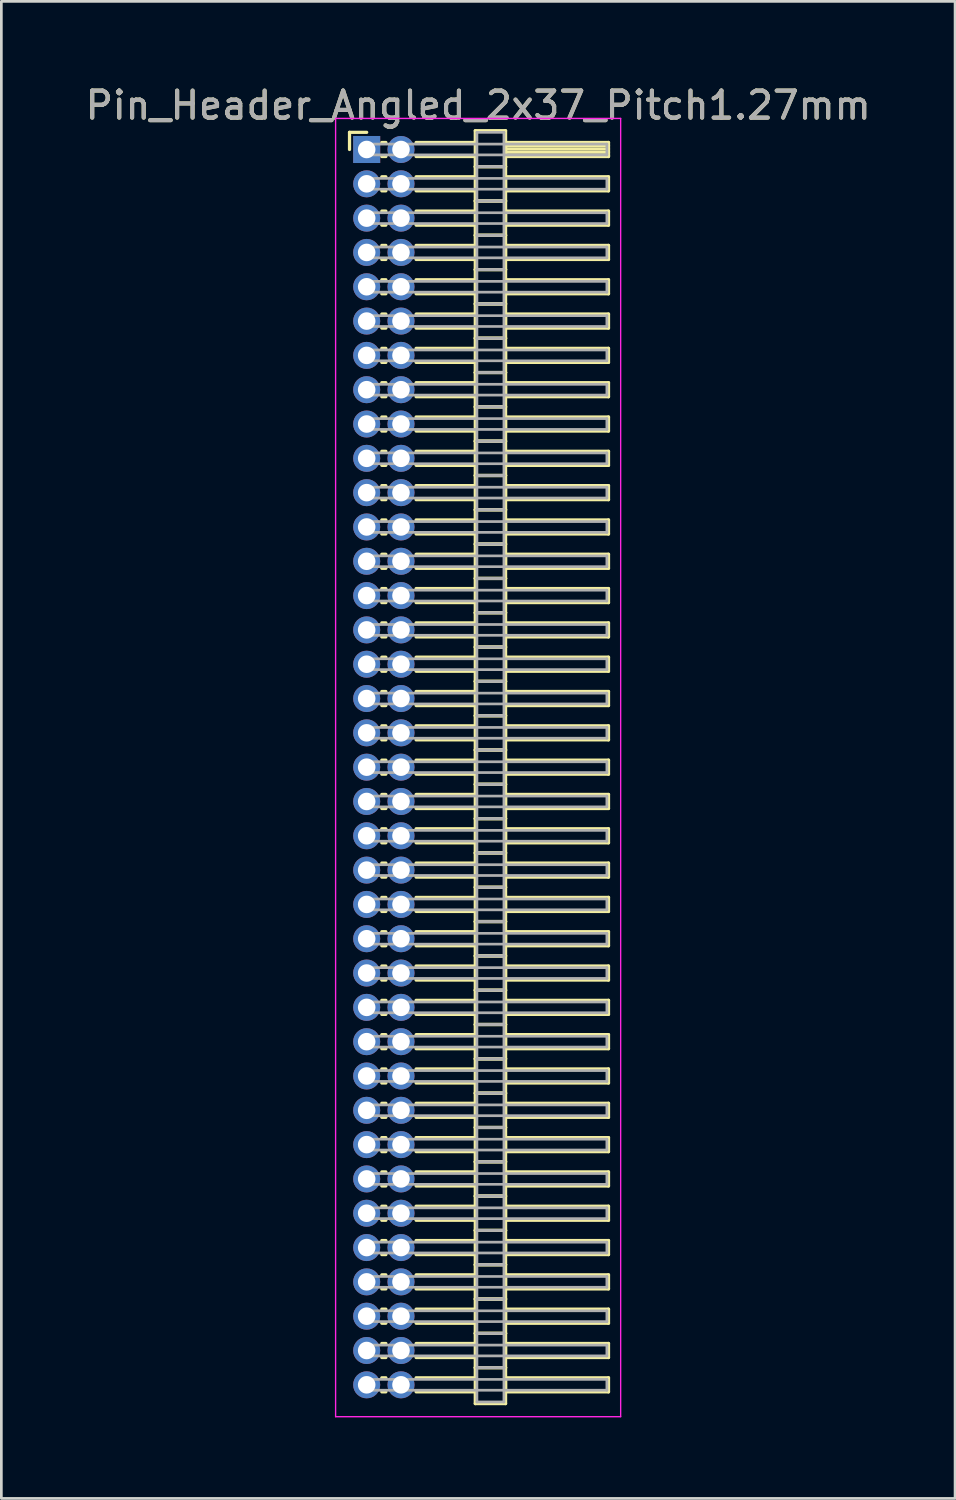
<source format=kicad_pcb>
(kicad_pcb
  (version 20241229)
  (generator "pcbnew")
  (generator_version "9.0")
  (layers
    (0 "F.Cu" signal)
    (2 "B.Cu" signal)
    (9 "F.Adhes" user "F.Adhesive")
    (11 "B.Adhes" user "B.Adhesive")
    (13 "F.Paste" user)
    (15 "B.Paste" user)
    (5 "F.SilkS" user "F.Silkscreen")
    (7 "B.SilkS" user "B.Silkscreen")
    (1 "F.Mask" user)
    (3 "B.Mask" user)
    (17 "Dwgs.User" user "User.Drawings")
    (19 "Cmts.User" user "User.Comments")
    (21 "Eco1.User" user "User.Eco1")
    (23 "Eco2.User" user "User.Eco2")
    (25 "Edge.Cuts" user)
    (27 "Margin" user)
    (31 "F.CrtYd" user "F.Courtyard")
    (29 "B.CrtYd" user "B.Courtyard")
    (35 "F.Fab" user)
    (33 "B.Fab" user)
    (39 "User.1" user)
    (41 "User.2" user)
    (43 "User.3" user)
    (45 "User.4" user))
  (footprint "Pin_Header_Angled_2x37_Pitch1.27mm"
    (layer "F.Cu")
    (at 10.521 2.483)
    (property "Reference" "Pin_Header_Angled_2x37_Pitch1.27mm" (at 4.128 -1.635 0) (layer "F.SilkS") (effects (font (size 1 1) (thickness 0.15))))
    (attr through_hole)
    (fp_line (start -0.635 -0.635) (end 0 -0.635) (stroke (width 0.12) (type solid)) (layer "F.SilkS"))
    (fp_line (start -0.635 0) (end -0.635 -0.635) (stroke (width 0.12) (type solid)) (layer "F.SilkS"))
    (fp_line (start 0.56 -0.26) (end 0.71 -0.26) (stroke (width 0.12) (type solid)) (layer "F.SilkS"))
    (fp_line (start 0.56 0.26) (end 0.71 0.26) (stroke (width 0.12) (type solid)) (layer "F.SilkS"))
    (fp_line (start 0.56 1.01) (end 0.71 1.01) (stroke (width 0.12) (type solid)) (layer "F.SilkS"))
    (fp_line (start 0.56 1.53) (end 0.71 1.53) (stroke (width 0.12) (type solid)) (layer "F.SilkS"))
    (fp_line (start 0.56 2.28) (end 0.71 2.28) (stroke (width 0.12) (type solid)) (layer "F.SilkS"))
    (fp_line (start 0.56 2.8) (end 0.71 2.8) (stroke (width 0.12) (type solid)) (layer "F.SilkS"))
    (fp_line (start 0.56 3.55) (end 0.71 3.55) (stroke (width 0.12) (type solid)) (layer "F.SilkS"))
    (fp_line (start 0.56 4.07) (end 0.71 4.07) (stroke (width 0.12) (type solid)) (layer "F.SilkS"))
    (fp_line (start 0.56 4.82) (end 0.71 4.82) (stroke (width 0.12) (type solid)) (layer "F.SilkS"))
    (fp_line (start 0.56 5.34) (end 0.71 5.34) (stroke (width 0.12) (type solid)) (layer "F.SilkS"))
    (fp_line (start 0.56 6.09) (end 0.71 6.09) (stroke (width 0.12) (type solid)) (layer "F.SilkS"))
    (fp_line (start 0.56 6.61) (end 0.71 6.61) (stroke (width 0.12) (type solid)) (layer "F.SilkS"))
    (fp_line (start 0.56 7.36) (end 0.71 7.36) (stroke (width 0.12) (type solid)) (layer "F.SilkS"))
    (fp_line (start 0.56 7.88) (end 0.71 7.88) (stroke (width 0.12) (type solid)) (layer "F.SilkS"))
    (fp_line (start 0.56 8.63) (end 0.71 8.63) (stroke (width 0.12) (type solid)) (layer "F.SilkS"))
    (fp_line (start 0.56 9.15) (end 0.71 9.15) (stroke (width 0.12) (type solid)) (layer "F.SilkS"))
    (fp_line (start 0.56 9.9) (end 0.71 9.9) (stroke (width 0.12) (type solid)) (layer "F.SilkS"))
    (fp_line (start 0.56 10.42) (end 0.71 10.42) (stroke (width 0.12) (type solid)) (layer "F.SilkS"))
    (fp_line (start 0.56 11.17) (end 0.71 11.17) (stroke (width 0.12) (type solid)) (layer "F.SilkS"))
    (fp_line (start 0.56 11.69) (end 0.71 11.69) (stroke (width 0.12) (type solid)) (layer "F.SilkS"))
    (fp_line (start 0.56 12.44) (end 0.71 12.44) (stroke (width 0.12) (type solid)) (layer "F.SilkS"))
    (fp_line (start 0.56 12.96) (end 0.71 12.96) (stroke (width 0.12) (type solid)) (layer "F.SilkS"))
    (fp_line (start 0.56 13.71) (end 0.71 13.71) (stroke (width 0.12) (type solid)) (layer "F.SilkS"))
    (fp_line (start 0.56 14.23) (end 0.71 14.23) (stroke (width 0.12) (type solid)) (layer "F.SilkS"))
    (fp_line (start 0.56 14.98) (end 0.71 14.98) (stroke (width 0.12) (type solid)) (layer "F.SilkS"))
    (fp_line (start 0.56 15.5) (end 0.71 15.5) (stroke (width 0.12) (type solid)) (layer "F.SilkS"))
    (fp_line (start 0.56 16.25) (end 0.71 16.25) (stroke (width 0.12) (type solid)) (layer "F.SilkS"))
    (fp_line (start 0.56 16.77) (end 0.71 16.77) (stroke (width 0.12) (type solid)) (layer "F.SilkS"))
    (fp_line (start 0.56 17.52) (end 0.71 17.52) (stroke (width 0.12) (type solid)) (layer "F.SilkS"))
    (fp_line (start 0.56 18.04) (end 0.71 18.04) (stroke (width 0.12) (type solid)) (layer "F.SilkS"))
    (fp_line (start 0.56 18.79) (end 0.71 18.79) (stroke (width 0.12) (type solid)) (layer "F.SilkS"))
    (fp_line (start 0.56 19.31) (end 0.71 19.31) (stroke (width 0.12) (type solid)) (layer "F.SilkS"))
    (fp_line (start 0.56 20.06) (end 0.71 20.06) (stroke (width 0.12) (type solid)) (layer "F.SilkS"))
    (fp_line (start 0.56 20.58) (end 0.71 20.58) (stroke (width 0.12) (type solid)) (layer "F.SilkS"))
    (fp_line (start 0.56 21.33) (end 0.71 21.33) (stroke (width 0.12) (type solid)) (layer "F.SilkS"))
    (fp_line (start 0.56 21.85) (end 0.71 21.85) (stroke (width 0.12) (type solid)) (layer "F.SilkS"))
    (fp_line (start 0.56 22.6) (end 0.71 22.6) (stroke (width 0.12) (type solid)) (layer "F.SilkS"))
    (fp_line (start 0.56 23.12) (end 0.71 23.12) (stroke (width 0.12) (type solid)) (layer "F.SilkS"))
    (fp_line (start 0.56 23.87) (end 0.71 23.87) (stroke (width 0.12) (type solid)) (layer "F.SilkS"))
    (fp_line (start 0.56 24.39) (end 0.71 24.39) (stroke (width 0.12) (type solid)) (layer "F.SilkS"))
    (fp_line (start 0.56 25.14) (end 0.71 25.14) (stroke (width 0.12) (type solid)) (layer "F.SilkS"))
    (fp_line (start 0.56 25.66) (end 0.71 25.66) (stroke (width 0.12) (type solid)) (layer "F.SilkS"))
    (fp_line (start 0.56 26.41) (end 0.71 26.41) (stroke (width 0.12) (type solid)) (layer "F.SilkS"))
    (fp_line (start 0.56 26.93) (end 0.71 26.93) (stroke (width 0.12) (type solid)) (layer "F.SilkS"))
    (fp_line (start 0.56 27.68) (end 0.71 27.68) (stroke (width 0.12) (type solid)) (layer "F.SilkS"))
    (fp_line (start 0.56 28.2) (end 0.71 28.2) (stroke (width 0.12) (type solid)) (layer "F.SilkS"))
    (fp_line (start 0.56 28.95) (end 0.71 28.95) (stroke (width 0.12) (type solid)) (layer "F.SilkS"))
    (fp_line (start 0.56 29.47) (end 0.71 29.47) (stroke (width 0.12) (type solid)) (layer "F.SilkS"))
    (fp_line (start 0.56 30.22) (end 0.71 30.22) (stroke (width 0.12) (type solid)) (layer "F.SilkS"))
    (fp_line (start 0.56 30.74) (end 0.71 30.74) (stroke (width 0.12) (type solid)) (layer "F.SilkS"))
    (fp_line (start 0.56 31.49) (end 0.71 31.49) (stroke (width 0.12) (type solid)) (layer "F.SilkS"))
    (fp_line (start 0.56 32.01) (end 0.71 32.01) (stroke (width 0.12) (type solid)) (layer "F.SilkS"))
    (fp_line (start 0.56 32.76) (end 0.71 32.76) (stroke (width 0.12) (type solid)) (layer "F.SilkS"))
    (fp_line (start 0.56 33.28) (end 0.71 33.28) (stroke (width 0.12) (type solid)) (layer "F.SilkS"))
    (fp_line (start 0.56 34.03) (end 0.71 34.03) (stroke (width 0.12) (type solid)) (layer "F.SilkS"))
    (fp_line (start 0.56 34.55) (end 0.71 34.55) (stroke (width 0.12) (type solid)) (layer "F.SilkS"))
    (fp_line (start 0.56 35.3) (end 0.71 35.3) (stroke (width 0.12) (type solid)) (layer "F.SilkS"))
    (fp_line (start 0.56 35.82) (end 0.71 35.82) (stroke (width 0.12) (type solid)) (layer "F.SilkS"))
    (fp_line (start 0.56 36.57) (end 0.71 36.57) (stroke (width 0.12) (type solid)) (layer "F.SilkS"))
    (fp_line (start 0.56 37.09) (end 0.71 37.09) (stroke (width 0.12) (type solid)) (layer "F.SilkS"))
    (fp_line (start 0.56 37.84) (end 0.71 37.84) (stroke (width 0.12) (type solid)) (layer "F.SilkS"))
    (fp_line (start 0.56 38.36) (end 0.71 38.36) (stroke (width 0.12) (type solid)) (layer "F.SilkS"))
    (fp_line (start 0.56 39.11) (end 0.71 39.11) (stroke (width 0.12) (type solid)) (layer "F.SilkS"))
    (fp_line (start 0.56 39.63) (end 0.71 39.63) (stroke (width 0.12) (type solid)) (layer "F.SilkS"))
    (fp_line (start 0.56 40.38) (end 0.71 40.38) (stroke (width 0.12) (type solid)) (layer "F.SilkS"))
    (fp_line (start 0.56 40.9) (end 0.71 40.9) (stroke (width 0.12) (type solid)) (layer "F.SilkS"))
    (fp_line (start 0.56 41.65) (end 0.71 41.65) (stroke (width 0.12) (type solid)) (layer "F.SilkS"))
    (fp_line (start 0.56 42.17) (end 0.71 42.17) (stroke (width 0.12) (type solid)) (layer "F.SilkS"))
    (fp_line (start 0.56 42.92) (end 0.71 42.92) (stroke (width 0.12) (type solid)) (layer "F.SilkS"))
    (fp_line (start 0.56 43.44) (end 0.71 43.44) (stroke (width 0.12) (type solid)) (layer "F.SilkS"))
    (fp_line (start 0.56 44.19) (end 0.71 44.19) (stroke (width 0.12) (type solid)) (layer "F.SilkS"))
    (fp_line (start 0.56 44.71) (end 0.71 44.71) (stroke (width 0.12) (type solid)) (layer "F.SilkS"))
    (fp_line (start 0.56 45.46) (end 0.71 45.46) (stroke (width 0.12) (type solid)) (layer "F.SilkS"))
    (fp_line (start 0.56 45.98) (end 0.71 45.98) (stroke (width 0.12) (type solid)) (layer "F.SilkS"))
    (fp_line (start 1.83 -0.26) (end 4.02 -0.26) (stroke (width 0.12) (type solid)) (layer "F.SilkS"))
    (fp_line (start 1.83 0.26) (end 4.02 0.26) (stroke (width 0.12) (type solid)) (layer "F.SilkS"))
    (fp_line (start 1.83 1.01) (end 4.02 1.01) (stroke (width 0.12) (type solid)) (layer "F.SilkS"))
    (fp_line (start 1.83 1.53) (end 4.02 1.53) (stroke (width 0.12) (type solid)) (layer "F.SilkS"))
    (fp_line (start 1.83 2.28) (end 4.02 2.28) (stroke (width 0.12) (type solid)) (layer "F.SilkS"))
    (fp_line (start 1.83 2.8) (end 4.02 2.8) (stroke (width 0.12) (type solid)) (layer "F.SilkS"))
    (fp_line (start 1.83 3.55) (end 4.02 3.55) (stroke (width 0.12) (type solid)) (layer "F.SilkS"))
    (fp_line (start 1.83 4.07) (end 4.02 4.07) (stroke (width 0.12) (type solid)) (layer "F.SilkS"))
    (fp_line (start 1.83 4.82) (end 4.02 4.82) (stroke (width 0.12) (type solid)) (layer "F.SilkS"))
    (fp_line (start 1.83 5.34) (end 4.02 5.34) (stroke (width 0.12) (type solid)) (layer "F.SilkS"))
    (fp_line (start 1.83 6.09) (end 4.02 6.09) (stroke (width 0.12) (type solid)) (layer "F.SilkS"))
    (fp_line (start 1.83 6.61) (end 4.02 6.61) (stroke (width 0.12) (type solid)) (layer "F.SilkS"))
    (fp_line (start 1.83 7.36) (end 4.02 7.36) (stroke (width 0.12) (type solid)) (layer "F.SilkS"))
    (fp_line (start 1.83 7.88) (end 4.02 7.88) (stroke (width 0.12) (type solid)) (layer "F.SilkS"))
    (fp_line (start 1.83 8.63) (end 4.02 8.63) (stroke (width 0.12) (type solid)) (layer "F.SilkS"))
    (fp_line (start 1.83 9.15) (end 4.02 9.15) (stroke (width 0.12) (type solid)) (layer "F.SilkS"))
    (fp_line (start 1.83 9.9) (end 4.02 9.9) (stroke (width 0.12) (type solid)) (layer "F.SilkS"))
    (fp_line (start 1.83 10.42) (end 4.02 10.42) (stroke (width 0.12) (type solid)) (layer "F.SilkS"))
    (fp_line (start 1.83 11.17) (end 4.02 11.17) (stroke (width 0.12) (type solid)) (layer "F.SilkS"))
    (fp_line (start 1.83 11.69) (end 4.02 11.69) (stroke (width 0.12) (type solid)) (layer "F.SilkS"))
    (fp_line (start 1.83 12.44) (end 4.02 12.44) (stroke (width 0.12) (type solid)) (layer "F.SilkS"))
    (fp_line (start 1.83 12.96) (end 4.02 12.96) (stroke (width 0.12) (type solid)) (layer "F.SilkS"))
    (fp_line (start 1.83 13.71) (end 4.02 13.71) (stroke (width 0.12) (type solid)) (layer "F.SilkS"))
    (fp_line (start 1.83 14.23) (end 4.02 14.23) (stroke (width 0.12) (type solid)) (layer "F.SilkS"))
    (fp_line (start 1.83 14.98) (end 4.02 14.98) (stroke (width 0.12) (type solid)) (layer "F.SilkS"))
    (fp_line (start 1.83 15.5) (end 4.02 15.5) (stroke (width 0.12) (type solid)) (layer "F.SilkS"))
    (fp_line (start 1.83 16.25) (end 4.02 16.25) (stroke (width 0.12) (type solid)) (layer "F.SilkS"))
    (fp_line (start 1.83 16.77) (end 4.02 16.77) (stroke (width 0.12) (type solid)) (layer "F.SilkS"))
    (fp_line (start 1.83 17.52) (end 4.02 17.52) (stroke (width 0.12) (type solid)) (layer "F.SilkS"))
    (fp_line (start 1.83 18.04) (end 4.02 18.04) (stroke (width 0.12) (type solid)) (layer "F.SilkS"))
    (fp_line (start 1.83 18.79) (end 4.02 18.79) (stroke (width 0.12) (type solid)) (layer "F.SilkS"))
    (fp_line (start 1.83 19.31) (end 4.02 19.31) (stroke (width 0.12) (type solid)) (layer "F.SilkS"))
    (fp_line (start 1.83 20.06) (end 4.02 20.06) (stroke (width 0.12) (type solid)) (layer "F.SilkS"))
    (fp_line (start 1.83 20.58) (end 4.02 20.58) (stroke (width 0.12) (type solid)) (layer "F.SilkS"))
    (fp_line (start 1.83 21.33) (end 4.02 21.33) (stroke (width 0.12) (type solid)) (layer "F.SilkS"))
    (fp_line (start 1.83 21.85) (end 4.02 21.85) (stroke (width 0.12) (type solid)) (layer "F.SilkS"))
    (fp_line (start 1.83 22.6) (end 4.02 22.6) (stroke (width 0.12) (type solid)) (layer "F.SilkS"))
    (fp_line (start 1.83 23.12) (end 4.02 23.12) (stroke (width 0.12) (type solid)) (layer "F.SilkS"))
    (fp_line (start 1.83 23.87) (end 4.02 23.87) (stroke (width 0.12) (type solid)) (layer "F.SilkS"))
    (fp_line (start 1.83 24.39) (end 4.02 24.39) (stroke (width 0.12) (type solid)) (layer "F.SilkS"))
    (fp_line (start 1.83 25.14) (end 4.02 25.14) (stroke (width 0.12) (type solid)) (layer "F.SilkS"))
    (fp_line (start 1.83 25.66) (end 4.02 25.66) (stroke (width 0.12) (type solid)) (layer "F.SilkS"))
    (fp_line (start 1.83 26.41) (end 4.02 26.41) (stroke (width 0.12) (type solid)) (layer "F.SilkS"))
    (fp_line (start 1.83 26.93) (end 4.02 26.93) (stroke (width 0.12) (type solid)) (layer "F.SilkS"))
    (fp_line (start 1.83 27.68) (end 4.02 27.68) (stroke (width 0.12) (type solid)) (layer "F.SilkS"))
    (fp_line (start 1.83 28.2) (end 4.02 28.2) (stroke (width 0.12) (type solid)) (layer "F.SilkS"))
    (fp_line (start 1.83 28.95) (end 4.02 28.95) (stroke (width 0.12) (type solid)) (layer "F.SilkS"))
    (fp_line (start 1.83 29.47) (end 4.02 29.47) (stroke (width 0.12) (type solid)) (layer "F.SilkS"))
    (fp_line (start 1.83 30.22) (end 4.02 30.22) (stroke (width 0.12) (type solid)) (layer "F.SilkS"))
    (fp_line (start 1.83 30.74) (end 4.02 30.74) (stroke (width 0.12) (type solid)) (layer "F.SilkS"))
    (fp_line (start 1.83 31.49) (end 4.02 31.49) (stroke (width 0.12) (type solid)) (layer "F.SilkS"))
    (fp_line (start 1.83 32.01) (end 4.02 32.01) (stroke (width 0.12) (type solid)) (layer "F.SilkS"))
    (fp_line (start 1.83 32.76) (end 4.02 32.76) (stroke (width 0.12) (type solid)) (layer "F.SilkS"))
    (fp_line (start 1.83 33.28) (end 4.02 33.28) (stroke (width 0.12) (type solid)) (layer "F.SilkS"))
    (fp_line (start 1.83 34.03) (end 4.02 34.03) (stroke (width 0.12) (type solid)) (layer "F.SilkS"))
    (fp_line (start 1.83 34.55) (end 4.02 34.55) (stroke (width 0.12) (type solid)) (layer "F.SilkS"))
    (fp_line (start 1.83 35.3) (end 4.02 35.3) (stroke (width 0.12) (type solid)) (layer "F.SilkS"))
    (fp_line (start 1.83 35.82) (end 4.02 35.82) (stroke (width 0.12) (type solid)) (layer "F.SilkS"))
    (fp_line (start 1.83 36.57) (end 4.02 36.57) (stroke (width 0.12) (type solid)) (layer "F.SilkS"))
    (fp_line (start 1.83 37.09) (end 4.02 37.09) (stroke (width 0.12) (type solid)) (layer "F.SilkS"))
    (fp_line (start 1.83 37.84) (end 4.02 37.84) (stroke (width 0.12) (type solid)) (layer "F.SilkS"))
    (fp_line (start 1.83 38.36) (end 4.02 38.36) (stroke (width 0.12) (type solid)) (layer "F.SilkS"))
    (fp_line (start 1.83 39.11) (end 4.02 39.11) (stroke (width 0.12) (type solid)) (layer "F.SilkS"))
    (fp_line (start 1.83 39.63) (end 4.02 39.63) (stroke (width 0.12) (type solid)) (layer "F.SilkS"))
    (fp_line (start 1.83 40.38) (end 4.02 40.38) (stroke (width 0.12) (type solid)) (layer "F.SilkS"))
    (fp_line (start 1.83 40.9) (end 4.02 40.9) (stroke (width 0.12) (type solid)) (layer "F.SilkS"))
    (fp_line (start 1.83 41.65) (end 4.02 41.65) (stroke (width 0.12) (type solid)) (layer "F.SilkS"))
    (fp_line (start 1.83 42.17) (end 4.02 42.17) (stroke (width 0.12) (type solid)) (layer "F.SilkS"))
    (fp_line (start 1.83 42.92) (end 4.02 42.92) (stroke (width 0.12) (type solid)) (layer "F.SilkS"))
    (fp_line (start 1.83 43.44) (end 4.02 43.44) (stroke (width 0.12) (type solid)) (layer "F.SilkS"))
    (fp_line (start 1.83 44.19) (end 4.02 44.19) (stroke (width 0.12) (type solid)) (layer "F.SilkS"))
    (fp_line (start 1.83 44.71) (end 4.02 44.71) (stroke (width 0.12) (type solid)) (layer "F.SilkS"))
    (fp_line (start 1.83 45.46) (end 4.02 45.46) (stroke (width 0.12) (type solid)) (layer "F.SilkS"))
    (fp_line (start 1.83 45.98) (end 4.02 45.98) (stroke (width 0.12) (type solid)) (layer "F.SilkS"))
    (fp_line (start 4.02 -0.695) (end 4.02 0.635) (stroke (width 0.12) (type solid)) (layer "F.SilkS"))
    (fp_line (start 4.02 0.635) (end 4.02 1.905) (stroke (width 0.12) (type solid)) (layer "F.SilkS"))
    (fp_line (start 4.02 0.635) (end 5.14 0.635) (stroke (width 0.12) (type solid)) (layer "F.SilkS"))
    (fp_line (start 4.02 1.905) (end 4.02 3.175) (stroke (width 0.12) (type solid)) (layer "F.SilkS"))
    (fp_line (start 4.02 1.905) (end 5.14 1.905) (stroke (width 0.12) (type solid)) (layer "F.SilkS"))
    (fp_line (start 4.02 3.175) (end 4.02 4.445) (stroke (width 0.12) (type solid)) (layer "F.SilkS"))
    (fp_line (start 4.02 3.175) (end 5.14 3.175) (stroke (width 0.12) (type solid)) (layer "F.SilkS"))
    (fp_line (start 4.02 4.445) (end 4.02 5.715) (stroke (width 0.12) (type solid)) (layer "F.SilkS"))
    (fp_line (start 4.02 4.445) (end 5.14 4.445) (stroke (width 0.12) (type solid)) (layer "F.SilkS"))
    (fp_line (start 4.02 5.715) (end 4.02 6.985) (stroke (width 0.12) (type solid)) (layer "F.SilkS"))
    (fp_line (start 4.02 5.715) (end 5.14 5.715) (stroke (width 0.12) (type solid)) (layer "F.SilkS"))
    (fp_line (start 4.02 6.985) (end 4.02 8.255) (stroke (width 0.12) (type solid)) (layer "F.SilkS"))
    (fp_line (start 4.02 6.985) (end 5.14 6.985) (stroke (width 0.12) (type solid)) (layer "F.SilkS"))
    (fp_line (start 4.02 8.255) (end 4.02 9.525) (stroke (width 0.12) (type solid)) (layer "F.SilkS"))
    (fp_line (start 4.02 8.255) (end 5.14 8.255) (stroke (width 0.12) (type solid)) (layer "F.SilkS"))
    (fp_line (start 4.02 9.525) (end 4.02 10.795) (stroke (width 0.12) (type solid)) (layer "F.SilkS"))
    (fp_line (start 4.02 9.525) (end 5.14 9.525) (stroke (width 0.12) (type solid)) (layer "F.SilkS"))
    (fp_line (start 4.02 10.795) (end 4.02 12.065) (stroke (width 0.12) (type solid)) (layer "F.SilkS"))
    (fp_line (start 4.02 10.795) (end 5.14 10.795) (stroke (width 0.12) (type solid)) (layer "F.SilkS"))
    (fp_line (start 4.02 12.065) (end 4.02 13.335) (stroke (width 0.12) (type solid)) (layer "F.SilkS"))
    (fp_line (start 4.02 12.065) (end 5.14 12.065) (stroke (width 0.12) (type solid)) (layer "F.SilkS"))
    (fp_line (start 4.02 13.335) (end 4.02 14.605) (stroke (width 0.12) (type solid)) (layer "F.SilkS"))
    (fp_line (start 4.02 13.335) (end 5.14 13.335) (stroke (width 0.12) (type solid)) (layer "F.SilkS"))
    (fp_line (start 4.02 14.605) (end 4.02 15.875) (stroke (width 0.12) (type solid)) (layer "F.SilkS"))
    (fp_line (start 4.02 14.605) (end 5.14 14.605) (stroke (width 0.12) (type solid)) (layer "F.SilkS"))
    (fp_line (start 4.02 15.875) (end 4.02 17.145) (stroke (width 0.12) (type solid)) (layer "F.SilkS"))
    (fp_line (start 4.02 15.875) (end 5.14 15.875) (stroke (width 0.12) (type solid)) (layer "F.SilkS"))
    (fp_line (start 4.02 17.145) (end 4.02 18.415) (stroke (width 0.12) (type solid)) (layer "F.SilkS"))
    (fp_line (start 4.02 17.145) (end 5.14 17.145) (stroke (width 0.12) (type solid)) (layer "F.SilkS"))
    (fp_line (start 4.02 18.415) (end 4.02 19.685) (stroke (width 0.12) (type solid)) (layer "F.SilkS"))
    (fp_line (start 4.02 18.415) (end 5.14 18.415) (stroke (width 0.12) (type solid)) (layer "F.SilkS"))
    (fp_line (start 4.02 19.685) (end 4.02 20.955) (stroke (width 0.12) (type solid)) (layer "F.SilkS"))
    (fp_line (start 4.02 19.685) (end 5.14 19.685) (stroke (width 0.12) (type solid)) (layer "F.SilkS"))
    (fp_line (start 4.02 20.955) (end 4.02 22.225) (stroke (width 0.12) (type solid)) (layer "F.SilkS"))
    (fp_line (start 4.02 20.955) (end 5.14 20.955) (stroke (width 0.12) (type solid)) (layer "F.SilkS"))
    (fp_line (start 4.02 22.225) (end 4.02 23.495) (stroke (width 0.12) (type solid)) (layer "F.SilkS"))
    (fp_line (start 4.02 22.225) (end 5.14 22.225) (stroke (width 0.12) (type solid)) (layer "F.SilkS"))
    (fp_line (start 4.02 23.495) (end 4.02 24.765) (stroke (width 0.12) (type solid)) (layer "F.SilkS"))
    (fp_line (start 4.02 23.495) (end 5.14 23.495) (stroke (width 0.12) (type solid)) (layer "F.SilkS"))
    (fp_line (start 4.02 24.765) (end 4.02 26.035) (stroke (width 0.12) (type solid)) (layer "F.SilkS"))
    (fp_line (start 4.02 24.765) (end 5.14 24.765) (stroke (width 0.12) (type solid)) (layer "F.SilkS"))
    (fp_line (start 4.02 26.035) (end 4.02 27.305) (stroke (width 0.12) (type solid)) (layer "F.SilkS"))
    (fp_line (start 4.02 26.035) (end 5.14 26.035) (stroke (width 0.12) (type solid)) (layer "F.SilkS"))
    (fp_line (start 4.02 27.305) (end 4.02 28.575) (stroke (width 0.12) (type solid)) (layer "F.SilkS"))
    (fp_line (start 4.02 27.305) (end 5.14 27.305) (stroke (width 0.12) (type solid)) (layer "F.SilkS"))
    (fp_line (start 4.02 28.575) (end 4.02 29.845) (stroke (width 0.12) (type solid)) (layer "F.SilkS"))
    (fp_line (start 4.02 28.575) (end 5.14 28.575) (stroke (width 0.12) (type solid)) (layer "F.SilkS"))
    (fp_line (start 4.02 29.845) (end 4.02 31.115) (stroke (width 0.12) (type solid)) (layer "F.SilkS"))
    (fp_line (start 4.02 29.845) (end 5.14 29.845) (stroke (width 0.12) (type solid)) (layer "F.SilkS"))
    (fp_line (start 4.02 31.115) (end 4.02 32.385) (stroke (width 0.12) (type solid)) (layer "F.SilkS"))
    (fp_line (start 4.02 31.115) (end 5.14 31.115) (stroke (width 0.12) (type solid)) (layer "F.SilkS"))
    (fp_line (start 4.02 32.385) (end 4.02 33.655) (stroke (width 0.12) (type solid)) (layer "F.SilkS"))
    (fp_line (start 4.02 32.385) (end 5.14 32.385) (stroke (width 0.12) (type solid)) (layer "F.SilkS"))
    (fp_line (start 4.02 33.655) (end 4.02 34.925) (stroke (width 0.12) (type solid)) (layer "F.SilkS"))
    (fp_line (start 4.02 33.655) (end 5.14 33.655) (stroke (width 0.12) (type solid)) (layer "F.SilkS"))
    (fp_line (start 4.02 34.925) (end 4.02 36.195) (stroke (width 0.12) (type solid)) (layer "F.SilkS"))
    (fp_line (start 4.02 34.925) (end 5.14 34.925) (stroke (width 0.12) (type solid)) (layer "F.SilkS"))
    (fp_line (start 4.02 36.195) (end 4.02 37.465) (stroke (width 0.12) (type solid)) (layer "F.SilkS"))
    (fp_line (start 4.02 36.195) (end 5.14 36.195) (stroke (width 0.12) (type solid)) (layer "F.SilkS"))
    (fp_line (start 4.02 37.465) (end 4.02 38.735) (stroke (width 0.12) (type solid)) (layer "F.SilkS"))
    (fp_line (start 4.02 37.465) (end 5.14 37.465) (stroke (width 0.12) (type solid)) (layer "F.SilkS"))
    (fp_line (start 4.02 38.735) (end 4.02 40.005) (stroke (width 0.12) (type solid)) (layer "F.SilkS"))
    (fp_line (start 4.02 38.735) (end 5.14 38.735) (stroke (width 0.12) (type solid)) (layer "F.SilkS"))
    (fp_line (start 4.02 40.005) (end 4.02 41.275) (stroke (width 0.12) (type solid)) (layer "F.SilkS"))
    (fp_line (start 4.02 40.005) (end 5.14 40.005) (stroke (width 0.12) (type solid)) (layer "F.SilkS"))
    (fp_line (start 4.02 41.275) (end 4.02 42.545) (stroke (width 0.12) (type solid)) (layer "F.SilkS"))
    (fp_line (start 4.02 41.275) (end 5.14 41.275) (stroke (width 0.12) (type solid)) (layer "F.SilkS"))
    (fp_line (start 4.02 42.545) (end 4.02 43.815) (stroke (width 0.12) (type solid)) (layer "F.SilkS"))
    (fp_line (start 4.02 42.545) (end 5.14 42.545) (stroke (width 0.12) (type solid)) (layer "F.SilkS"))
    (fp_line (start 4.02 43.815) (end 4.02 45.085) (stroke (width 0.12) (type solid)) (layer "F.SilkS"))
    (fp_line (start 4.02 43.815) (end 5.14 43.815) (stroke (width 0.12) (type solid)) (layer "F.SilkS"))
    (fp_line (start 4.02 45.085) (end 4.02 46.415) (stroke (width 0.12) (type solid)) (layer "F.SilkS"))
    (fp_line (start 4.02 45.085) (end 5.14 45.085) (stroke (width 0.12) (type solid)) (layer "F.SilkS"))
    (fp_line (start 4.02 46.415) (end 5.14 46.415) (stroke (width 0.12) (type solid)) (layer "F.SilkS"))
    (fp_line (start 5.14 -0.695) (end 4.02 -0.695) (stroke (width 0.12) (type solid)) (layer "F.SilkS"))
    (fp_line (start 5.14 -0.26) (end 5.14 0.26) (stroke (width 0.12) (type solid)) (layer "F.SilkS"))
    (fp_line (start 5.14 -0.14) (end 8.95 -0.14) (stroke (width 0.12) (type solid)) (layer "F.SilkS"))
    (fp_line (start 5.14 -0.02) (end 8.95 -0.02) (stroke (width 0.12) (type solid)) (layer "F.SilkS"))
    (fp_line (start 5.14 0.1) (end 8.95 0.1) (stroke (width 0.12) (type solid)) (layer "F.SilkS"))
    (fp_line (start 5.14 0.22) (end 8.95 0.22) (stroke (width 0.12) (type solid)) (layer "F.SilkS"))
    (fp_line (start 5.14 0.26) (end 8.95 0.26) (stroke (width 0.12) (type solid)) (layer "F.SilkS"))
    (fp_line (start 5.14 0.635) (end 4.02 0.635) (stroke (width 0.12) (type solid)) (layer "F.SilkS"))
    (fp_line (start 5.14 0.635) (end 5.14 -0.695) (stroke (width 0.12) (type solid)) (layer "F.SilkS"))
    (fp_line (start 5.14 1.01) (end 5.14 1.53) (stroke (width 0.12) (type solid)) (layer "F.SilkS"))
    (fp_line (start 5.14 1.53) (end 8.95 1.53) (stroke (width 0.12) (type solid)) (layer "F.SilkS"))
    (fp_line (start 5.14 1.905) (end 4.02 1.905) (stroke (width 0.12) (type solid)) (layer "F.SilkS"))
    (fp_line (start 5.14 1.905) (end 5.14 0.635) (stroke (width 0.12) (type solid)) (layer "F.SilkS"))
    (fp_line (start 5.14 2.28) (end 5.14 2.8) (stroke (width 0.12) (type solid)) (layer "F.SilkS"))
    (fp_line (start 5.14 2.8) (end 8.95 2.8) (stroke (width 0.12) (type solid)) (layer "F.SilkS"))
    (fp_line (start 5.14 3.175) (end 4.02 3.175) (stroke (width 0.12) (type solid)) (layer "F.SilkS"))
    (fp_line (start 5.14 3.175) (end 5.14 1.905) (stroke (width 0.12) (type solid)) (layer "F.SilkS"))
    (fp_line (start 5.14 3.55) (end 5.14 4.07) (stroke (width 0.12) (type solid)) (layer "F.SilkS"))
    (fp_line (start 5.14 4.07) (end 8.95 4.07) (stroke (width 0.12) (type solid)) (layer "F.SilkS"))
    (fp_line (start 5.14 4.445) (end 4.02 4.445) (stroke (width 0.12) (type solid)) (layer "F.SilkS"))
    (fp_line (start 5.14 4.445) (end 5.14 3.175) (stroke (width 0.12) (type solid)) (layer "F.SilkS"))
    (fp_line (start 5.14 4.82) (end 5.14 5.34) (stroke (width 0.12) (type solid)) (layer "F.SilkS"))
    (fp_line (start 5.14 5.34) (end 8.95 5.34) (stroke (width 0.12) (type solid)) (layer "F.SilkS"))
    (fp_line (start 5.14 5.715) (end 4.02 5.715) (stroke (width 0.12) (type solid)) (layer "F.SilkS"))
    (fp_line (start 5.14 5.715) (end 5.14 4.445) (stroke (width 0.12) (type solid)) (layer "F.SilkS"))
    (fp_line (start 5.14 6.09) (end 5.14 6.61) (stroke (width 0.12) (type solid)) (layer "F.SilkS"))
    (fp_line (start 5.14 6.61) (end 8.95 6.61) (stroke (width 0.12) (type solid)) (layer "F.SilkS"))
    (fp_line (start 5.14 6.985) (end 4.02 6.985) (stroke (width 0.12) (type solid)) (layer "F.SilkS"))
    (fp_line (start 5.14 6.985) (end 5.14 5.715) (stroke (width 0.12) (type solid)) (layer "F.SilkS"))
    (fp_line (start 5.14 7.36) (end 5.14 7.88) (stroke (width 0.12) (type solid)) (layer "F.SilkS"))
    (fp_line (start 5.14 7.88) (end 8.95 7.88) (stroke (width 0.12) (type solid)) (layer "F.SilkS"))
    (fp_line (start 5.14 8.255) (end 4.02 8.255) (stroke (width 0.12) (type solid)) (layer "F.SilkS"))
    (fp_line (start 5.14 8.255) (end 5.14 6.985) (stroke (width 0.12) (type solid)) (layer "F.SilkS"))
    (fp_line (start 5.14 8.63) (end 5.14 9.15) (stroke (width 0.12) (type solid)) (layer "F.SilkS"))
    (fp_line (start 5.14 9.15) (end 8.95 9.15) (stroke (width 0.12) (type solid)) (layer "F.SilkS"))
    (fp_line (start 5.14 9.525) (end 4.02 9.525) (stroke (width 0.12) (type solid)) (layer "F.SilkS"))
    (fp_line (start 5.14 9.525) (end 5.14 8.255) (stroke (width 0.12) (type solid)) (layer "F.SilkS"))
    (fp_line (start 5.14 9.9) (end 5.14 10.42) (stroke (width 0.12) (type solid)) (layer "F.SilkS"))
    (fp_line (start 5.14 10.42) (end 8.95 10.42) (stroke (width 0.12) (type solid)) (layer "F.SilkS"))
    (fp_line (start 5.14 10.795) (end 4.02 10.795) (stroke (width 0.12) (type solid)) (layer "F.SilkS"))
    (fp_line (start 5.14 10.795) (end 5.14 9.525) (stroke (width 0.12) (type solid)) (layer "F.SilkS"))
    (fp_line (start 5.14 11.17) (end 5.14 11.69) (stroke (width 0.12) (type solid)) (layer "F.SilkS"))
    (fp_line (start 5.14 11.69) (end 8.95 11.69) (stroke (width 0.12) (type solid)) (layer "F.SilkS"))
    (fp_line (start 5.14 12.065) (end 4.02 12.065) (stroke (width 0.12) (type solid)) (layer "F.SilkS"))
    (fp_line (start 5.14 12.065) (end 5.14 10.795) (stroke (width 0.12) (type solid)) (layer "F.SilkS"))
    (fp_line (start 5.14 12.44) (end 5.14 12.96) (stroke (width 0.12) (type solid)) (layer "F.SilkS"))
    (fp_line (start 5.14 12.96) (end 8.95 12.96) (stroke (width 0.12) (type solid)) (layer "F.SilkS"))
    (fp_line (start 5.14 13.335) (end 4.02 13.335) (stroke (width 0.12) (type solid)) (layer "F.SilkS"))
    (fp_line (start 5.14 13.335) (end 5.14 12.065) (stroke (width 0.12) (type solid)) (layer "F.SilkS"))
    (fp_line (start 5.14 13.71) (end 5.14 14.23) (stroke (width 0.12) (type solid)) (layer "F.SilkS"))
    (fp_line (start 5.14 14.23) (end 8.95 14.23) (stroke (width 0.12) (type solid)) (layer "F.SilkS"))
    (fp_line (start 5.14 14.605) (end 4.02 14.605) (stroke (width 0.12) (type solid)) (layer "F.SilkS"))
    (fp_line (start 5.14 14.605) (end 5.14 13.335) (stroke (width 0.12) (type solid)) (layer "F.SilkS"))
    (fp_line (start 5.14 14.98) (end 5.14 15.5) (stroke (width 0.12) (type solid)) (layer "F.SilkS"))
    (fp_line (start 5.14 15.5) (end 8.95 15.5) (stroke (width 0.12) (type solid)) (layer "F.SilkS"))
    (fp_line (start 5.14 15.875) (end 4.02 15.875) (stroke (width 0.12) (type solid)) (layer "F.SilkS"))
    (fp_line (start 5.14 15.875) (end 5.14 14.605) (stroke (width 0.12) (type solid)) (layer "F.SilkS"))
    (fp_line (start 5.14 16.25) (end 5.14 16.77) (stroke (width 0.12) (type solid)) (layer "F.SilkS"))
    (fp_line (start 5.14 16.77) (end 8.95 16.77) (stroke (width 0.12) (type solid)) (layer "F.SilkS"))
    (fp_line (start 5.14 17.145) (end 4.02 17.145) (stroke (width 0.12) (type solid)) (layer "F.SilkS"))
    (fp_line (start 5.14 17.145) (end 5.14 15.875) (stroke (width 0.12) (type solid)) (layer "F.SilkS"))
    (fp_line (start 5.14 17.52) (end 5.14 18.04) (stroke (width 0.12) (type solid)) (layer "F.SilkS"))
    (fp_line (start 5.14 18.04) (end 8.95 18.04) (stroke (width 0.12) (type solid)) (layer "F.SilkS"))
    (fp_line (start 5.14 18.415) (end 4.02 18.415) (stroke (width 0.12) (type solid)) (layer "F.SilkS"))
    (fp_line (start 5.14 18.415) (end 5.14 17.145) (stroke (width 0.12) (type solid)) (layer "F.SilkS"))
    (fp_line (start 5.14 18.79) (end 5.14 19.31) (stroke (width 0.12) (type solid)) (layer "F.SilkS"))
    (fp_line (start 5.14 19.31) (end 8.95 19.31) (stroke (width 0.12) (type solid)) (layer "F.SilkS"))
    (fp_line (start 5.14 19.685) (end 4.02 19.685) (stroke (width 0.12) (type solid)) (layer "F.SilkS"))
    (fp_line (start 5.14 19.685) (end 5.14 18.415) (stroke (width 0.12) (type solid)) (layer "F.SilkS"))
    (fp_line (start 5.14 20.06) (end 5.14 20.58) (stroke (width 0.12) (type solid)) (layer "F.SilkS"))
    (fp_line (start 5.14 20.58) (end 8.95 20.58) (stroke (width 0.12) (type solid)) (layer "F.SilkS"))
    (fp_line (start 5.14 20.955) (end 4.02 20.955) (stroke (width 0.12) (type solid)) (layer "F.SilkS"))
    (fp_line (start 5.14 20.955) (end 5.14 19.685) (stroke (width 0.12) (type solid)) (layer "F.SilkS"))
    (fp_line (start 5.14 21.33) (end 5.14 21.85) (stroke (width 0.12) (type solid)) (layer "F.SilkS"))
    (fp_line (start 5.14 21.85) (end 8.95 21.85) (stroke (width 0.12) (type solid)) (layer "F.SilkS"))
    (fp_line (start 5.14 22.225) (end 4.02 22.225) (stroke (width 0.12) (type solid)) (layer "F.SilkS"))
    (fp_line (start 5.14 22.225) (end 5.14 20.955) (stroke (width 0.12) (type solid)) (layer "F.SilkS"))
    (fp_line (start 5.14 22.6) (end 5.14 23.12) (stroke (width 0.12) (type solid)) (layer "F.SilkS"))
    (fp_line (start 5.14 23.12) (end 8.95 23.12) (stroke (width 0.12) (type solid)) (layer "F.SilkS"))
    (fp_line (start 5.14 23.495) (end 4.02 23.495) (stroke (width 0.12) (type solid)) (layer "F.SilkS"))
    (fp_line (start 5.14 23.495) (end 5.14 22.225) (stroke (width 0.12) (type solid)) (layer "F.SilkS"))
    (fp_line (start 5.14 23.87) (end 5.14 24.39) (stroke (width 0.12) (type solid)) (layer "F.SilkS"))
    (fp_line (start 5.14 24.39) (end 8.95 24.39) (stroke (width 0.12) (type solid)) (layer "F.SilkS"))
    (fp_line (start 5.14 24.765) (end 4.02 24.765) (stroke (width 0.12) (type solid)) (layer "F.SilkS"))
    (fp_line (start 5.14 24.765) (end 5.14 23.495) (stroke (width 0.12) (type solid)) (layer "F.SilkS"))
    (fp_line (start 5.14 25.14) (end 5.14 25.66) (stroke (width 0.12) (type solid)) (layer "F.SilkS"))
    (fp_line (start 5.14 25.66) (end 8.95 25.66) (stroke (width 0.12) (type solid)) (layer "F.SilkS"))
    (fp_line (start 5.14 26.035) (end 4.02 26.035) (stroke (width 0.12) (type solid)) (layer "F.SilkS"))
    (fp_line (start 5.14 26.035) (end 5.14 24.765) (stroke (width 0.12) (type solid)) (layer "F.SilkS"))
    (fp_line (start 5.14 26.41) (end 5.14 26.93) (stroke (width 0.12) (type solid)) (layer "F.SilkS"))
    (fp_line (start 5.14 26.93) (end 8.95 26.93) (stroke (width 0.12) (type solid)) (layer "F.SilkS"))
    (fp_line (start 5.14 27.305) (end 4.02 27.305) (stroke (width 0.12) (type solid)) (layer "F.SilkS"))
    (fp_line (start 5.14 27.305) (end 5.14 26.035) (stroke (width 0.12) (type solid)) (layer "F.SilkS"))
    (fp_line (start 5.14 27.68) (end 5.14 28.2) (stroke (width 0.12) (type solid)) (layer "F.SilkS"))
    (fp_line (start 5.14 28.2) (end 8.95 28.2) (stroke (width 0.12) (type solid)) (layer "F.SilkS"))
    (fp_line (start 5.14 28.575) (end 4.02 28.575) (stroke (width 0.12) (type solid)) (layer "F.SilkS"))
    (fp_line (start 5.14 28.575) (end 5.14 27.305) (stroke (width 0.12) (type solid)) (layer "F.SilkS"))
    (fp_line (start 5.14 28.95) (end 5.14 29.47) (stroke (width 0.12) (type solid)) (layer "F.SilkS"))
    (fp_line (start 5.14 29.47) (end 8.95 29.47) (stroke (width 0.12) (type solid)) (layer "F.SilkS"))
    (fp_line (start 5.14 29.845) (end 4.02 29.845) (stroke (width 0.12) (type solid)) (layer "F.SilkS"))
    (fp_line (start 5.14 29.845) (end 5.14 28.575) (stroke (width 0.12) (type solid)) (layer "F.SilkS"))
    (fp_line (start 5.14 30.22) (end 5.14 30.74) (stroke (width 0.12) (type solid)) (layer "F.SilkS"))
    (fp_line (start 5.14 30.74) (end 8.95 30.74) (stroke (width 0.12) (type solid)) (layer "F.SilkS"))
    (fp_line (start 5.14 31.115) (end 4.02 31.115) (stroke (width 0.12) (type solid)) (layer "F.SilkS"))
    (fp_line (start 5.14 31.115) (end 5.14 29.845) (stroke (width 0.12) (type solid)) (layer "F.SilkS"))
    (fp_line (start 5.14 31.49) (end 5.14 32.01) (stroke (width 0.12) (type solid)) (layer "F.SilkS"))
    (fp_line (start 5.14 32.01) (end 8.95 32.01) (stroke (width 0.12) (type solid)) (layer "F.SilkS"))
    (fp_line (start 5.14 32.385) (end 4.02 32.385) (stroke (width 0.12) (type solid)) (layer "F.SilkS"))
    (fp_line (start 5.14 32.385) (end 5.14 31.115) (stroke (width 0.12) (type solid)) (layer "F.SilkS"))
    (fp_line (start 5.14 32.76) (end 5.14 33.28) (stroke (width 0.12) (type solid)) (layer "F.SilkS"))
    (fp_line (start 5.14 33.28) (end 8.95 33.28) (stroke (width 0.12) (type solid)) (layer "F.SilkS"))
    (fp_line (start 5.14 33.655) (end 4.02 33.655) (stroke (width 0.12) (type solid)) (layer "F.SilkS"))
    (fp_line (start 5.14 33.655) (end 5.14 32.385) (stroke (width 0.12) (type solid)) (layer "F.SilkS"))
    (fp_line (start 5.14 34.03) (end 5.14 34.55) (stroke (width 0.12) (type solid)) (layer "F.SilkS"))
    (fp_line (start 5.14 34.55) (end 8.95 34.55) (stroke (width 0.12) (type solid)) (layer "F.SilkS"))
    (fp_line (start 5.14 34.925) (end 4.02 34.925) (stroke (width 0.12) (type solid)) (layer "F.SilkS"))
    (fp_line (start 5.14 34.925) (end 5.14 33.655) (stroke (width 0.12) (type solid)) (layer "F.SilkS"))
    (fp_line (start 5.14 35.3) (end 5.14 35.82) (stroke (width 0.12) (type solid)) (layer "F.SilkS"))
    (fp_line (start 5.14 35.82) (end 8.95 35.82) (stroke (width 0.12) (type solid)) (layer "F.SilkS"))
    (fp_line (start 5.14 36.195) (end 4.02 36.195) (stroke (width 0.12) (type solid)) (layer "F.SilkS"))
    (fp_line (start 5.14 36.195) (end 5.14 34.925) (stroke (width 0.12) (type solid)) (layer "F.SilkS"))
    (fp_line (start 5.14 36.57) (end 5.14 37.09) (stroke (width 0.12) (type solid)) (layer "F.SilkS"))
    (fp_line (start 5.14 37.09) (end 8.95 37.09) (stroke (width 0.12) (type solid)) (layer "F.SilkS"))
    (fp_line (start 5.14 37.465) (end 4.02 37.465) (stroke (width 0.12) (type solid)) (layer "F.SilkS"))
    (fp_line (start 5.14 37.465) (end 5.14 36.195) (stroke (width 0.12) (type solid)) (layer "F.SilkS"))
    (fp_line (start 5.14 37.84) (end 5.14 38.36) (stroke (width 0.12) (type solid)) (layer "F.SilkS"))
    (fp_line (start 5.14 38.36) (end 8.95 38.36) (stroke (width 0.12) (type solid)) (layer "F.SilkS"))
    (fp_line (start 5.14 38.735) (end 4.02 38.735) (stroke (width 0.12) (type solid)) (layer "F.SilkS"))
    (fp_line (start 5.14 38.735) (end 5.14 37.465) (stroke (width 0.12) (type solid)) (layer "F.SilkS"))
    (fp_line (start 5.14 39.11) (end 5.14 39.63) (stroke (width 0.12) (type solid)) (layer "F.SilkS"))
    (fp_line (start 5.14 39.63) (end 8.95 39.63) (stroke (width 0.12) (type solid)) (layer "F.SilkS"))
    (fp_line (start 5.14 40.005) (end 4.02 40.005) (stroke (width 0.12) (type solid)) (layer "F.SilkS"))
    (fp_line (start 5.14 40.005) (end 5.14 38.735) (stroke (width 0.12) (type solid)) (layer "F.SilkS"))
    (fp_line (start 5.14 40.38) (end 5.14 40.9) (stroke (width 0.12) (type solid)) (layer "F.SilkS"))
    (fp_line (start 5.14 40.9) (end 8.95 40.9) (stroke (width 0.12) (type solid)) (layer "F.SilkS"))
    (fp_line (start 5.14 41.275) (end 4.02 41.275) (stroke (width 0.12) (type solid)) (layer "F.SilkS"))
    (fp_line (start 5.14 41.275) (end 5.14 40.005) (stroke (width 0.12) (type solid)) (layer "F.SilkS"))
    (fp_line (start 5.14 41.65) (end 5.14 42.17) (stroke (width 0.12) (type solid)) (layer "F.SilkS"))
    (fp_line (start 5.14 42.17) (end 8.95 42.17) (stroke (width 0.12) (type solid)) (layer "F.SilkS"))
    (fp_line (start 5.14 42.545) (end 4.02 42.545) (stroke (width 0.12) (type solid)) (layer "F.SilkS"))
    (fp_line (start 5.14 42.545) (end 5.14 41.275) (stroke (width 0.12) (type solid)) (layer "F.SilkS"))
    (fp_line (start 5.14 42.92) (end 5.14 43.44) (stroke (width 0.12) (type solid)) (layer "F.SilkS"))
    (fp_line (start 5.14 43.44) (end 8.95 43.44) (stroke (width 0.12) (type solid)) (layer "F.SilkS"))
    (fp_line (start 5.14 43.815) (end 4.02 43.815) (stroke (width 0.12) (type solid)) (layer "F.SilkS"))
    (fp_line (start 5.14 43.815) (end 5.14 42.545) (stroke (width 0.12) (type solid)) (layer "F.SilkS"))
    (fp_line (start 5.14 44.19) (end 5.14 44.71) (stroke (width 0.12) (type solid)) (layer "F.SilkS"))
    (fp_line (start 5.14 44.71) (end 8.95 44.71) (stroke (width 0.12) (type solid)) (layer "F.SilkS"))
    (fp_line (start 5.14 45.085) (end 4.02 45.085) (stroke (width 0.12) (type solid)) (layer "F.SilkS"))
    (fp_line (start 5.14 45.085) (end 5.14 43.815) (stroke (width 0.12) (type solid)) (layer "F.SilkS"))
    (fp_line (start 5.14 45.46) (end 5.14 45.98) (stroke (width 0.12) (type solid)) (layer "F.SilkS"))
    (fp_line (start 5.14 45.98) (end 8.95 45.98) (stroke (width 0.12) (type solid)) (layer "F.SilkS"))
    (fp_line (start 5.14 46.415) (end 5.14 45.085) (stroke (width 0.12) (type solid)) (layer "F.SilkS"))
    (fp_line (start 8.95 -0.26) (end 5.14 -0.26) (stroke (width 0.12) (type solid)) (layer "F.SilkS"))
    (fp_line (start 8.95 0.26) (end 8.95 -0.26) (stroke (width 0.12) (type solid)) (layer "F.SilkS"))
    (fp_line (start 8.95 1.01) (end 5.14 1.01) (stroke (width 0.12) (type solid)) (layer "F.SilkS"))
    (fp_line (start 8.95 1.53) (end 8.95 1.01) (stroke (width 0.12) (type solid)) (layer "F.SilkS"))
    (fp_line (start 8.95 2.28) (end 5.14 2.28) (stroke (width 0.12) (type solid)) (layer "F.SilkS"))
    (fp_line (start 8.95 2.8) (end 8.95 2.28) (stroke (width 0.12) (type solid)) (layer "F.SilkS"))
    (fp_line (start 8.95 3.55) (end 5.14 3.55) (stroke (width 0.12) (type solid)) (layer "F.SilkS"))
    (fp_line (start 8.95 4.07) (end 8.95 3.55) (stroke (width 0.12) (type solid)) (layer "F.SilkS"))
    (fp_line (start 8.95 4.82) (end 5.14 4.82) (stroke (width 0.12) (type solid)) (layer "F.SilkS"))
    (fp_line (start 8.95 5.34) (end 8.95 4.82) (stroke (width 0.12) (type solid)) (layer "F.SilkS"))
    (fp_line (start 8.95 6.09) (end 5.14 6.09) (stroke (width 0.12) (type solid)) (layer "F.SilkS"))
    (fp_line (start 8.95 6.61) (end 8.95 6.09) (stroke (width 0.12) (type solid)) (layer "F.SilkS"))
    (fp_line (start 8.95 7.36) (end 5.14 7.36) (stroke (width 0.12) (type solid)) (layer "F.SilkS"))
    (fp_line (start 8.95 7.88) (end 8.95 7.36) (stroke (width 0.12) (type solid)) (layer "F.SilkS"))
    (fp_line (start 8.95 8.63) (end 5.14 8.63) (stroke (width 0.12) (type solid)) (layer "F.SilkS"))
    (fp_line (start 8.95 9.15) (end 8.95 8.63) (stroke (width 0.12) (type solid)) (layer "F.SilkS"))
    (fp_line (start 8.95 9.9) (end 5.14 9.9) (stroke (width 0.12) (type solid)) (layer "F.SilkS"))
    (fp_line (start 8.95 10.42) (end 8.95 9.9) (stroke (width 0.12) (type solid)) (layer "F.SilkS"))
    (fp_line (start 8.95 11.17) (end 5.14 11.17) (stroke (width 0.12) (type solid)) (layer "F.SilkS"))
    (fp_line (start 8.95 11.69) (end 8.95 11.17) (stroke (width 0.12) (type solid)) (layer "F.SilkS"))
    (fp_line (start 8.95 12.44) (end 5.14 12.44) (stroke (width 0.12) (type solid)) (layer "F.SilkS"))
    (fp_line (start 8.95 12.96) (end 8.95 12.44) (stroke (width 0.12) (type solid)) (layer "F.SilkS"))
    (fp_line (start 8.95 13.71) (end 5.14 13.71) (stroke (width 0.12) (type solid)) (layer "F.SilkS"))
    (fp_line (start 8.95 14.23) (end 8.95 13.71) (stroke (width 0.12) (type solid)) (layer "F.SilkS"))
    (fp_line (start 8.95 14.98) (end 5.14 14.98) (stroke (width 0.12) (type solid)) (layer "F.SilkS"))
    (fp_line (start 8.95 15.5) (end 8.95 14.98) (stroke (width 0.12) (type solid)) (layer "F.SilkS"))
    (fp_line (start 8.95 16.25) (end 5.14 16.25) (stroke (width 0.12) (type solid)) (layer "F.SilkS"))
    (fp_line (start 8.95 16.77) (end 8.95 16.25) (stroke (width 0.12) (type solid)) (layer "F.SilkS"))
    (fp_line (start 8.95 17.52) (end 5.14 17.52) (stroke (width 0.12) (type solid)) (layer "F.SilkS"))
    (fp_line (start 8.95 18.04) (end 8.95 17.52) (stroke (width 0.12) (type solid)) (layer "F.SilkS"))
    (fp_line (start 8.95 18.79) (end 5.14 18.79) (stroke (width 0.12) (type solid)) (layer "F.SilkS"))
    (fp_line (start 8.95 19.31) (end 8.95 18.79) (stroke (width 0.12) (type solid)) (layer "F.SilkS"))
    (fp_line (start 8.95 20.06) (end 5.14 20.06) (stroke (width 0.12) (type solid)) (layer "F.SilkS"))
    (fp_line (start 8.95 20.58) (end 8.95 20.06) (stroke (width 0.12) (type solid)) (layer "F.SilkS"))
    (fp_line (start 8.95 21.33) (end 5.14 21.33) (stroke (width 0.12) (type solid)) (layer "F.SilkS"))
    (fp_line (start 8.95 21.85) (end 8.95 21.33) (stroke (width 0.12) (type solid)) (layer "F.SilkS"))
    (fp_line (start 8.95 22.6) (end 5.14 22.6) (stroke (width 0.12) (type solid)) (layer "F.SilkS"))
    (fp_line (start 8.95 23.12) (end 8.95 22.6) (stroke (width 0.12) (type solid)) (layer "F.SilkS"))
    (fp_line (start 8.95 23.87) (end 5.14 23.87) (stroke (width 0.12) (type solid)) (layer "F.SilkS"))
    (fp_line (start 8.95 24.39) (end 8.95 23.87) (stroke (width 0.12) (type solid)) (layer "F.SilkS"))
    (fp_line (start 8.95 25.14) (end 5.14 25.14) (stroke (width 0.12) (type solid)) (layer "F.SilkS"))
    (fp_line (start 8.95 25.66) (end 8.95 25.14) (stroke (width 0.12) (type solid)) (layer "F.SilkS"))
    (fp_line (start 8.95 26.41) (end 5.14 26.41) (stroke (width 0.12) (type solid)) (layer "F.SilkS"))
    (fp_line (start 8.95 26.93) (end 8.95 26.41) (stroke (width 0.12) (type solid)) (layer "F.SilkS"))
    (fp_line (start 8.95 27.68) (end 5.14 27.68) (stroke (width 0.12) (type solid)) (layer "F.SilkS"))
    (fp_line (start 8.95 28.2) (end 8.95 27.68) (stroke (width 0.12) (type solid)) (layer "F.SilkS"))
    (fp_line (start 8.95 28.95) (end 5.14 28.95) (stroke (width 0.12) (type solid)) (layer "F.SilkS"))
    (fp_line (start 8.95 29.47) (end 8.95 28.95) (stroke (width 0.12) (type solid)) (layer "F.SilkS"))
    (fp_line (start 8.95 30.22) (end 5.14 30.22) (stroke (width 0.12) (type solid)) (layer "F.SilkS"))
    (fp_line (start 8.95 30.74) (end 8.95 30.22) (stroke (width 0.12) (type solid)) (layer "F.SilkS"))
    (fp_line (start 8.95 31.49) (end 5.14 31.49) (stroke (width 0.12) (type solid)) (layer "F.SilkS"))
    (fp_line (start 8.95 32.01) (end 8.95 31.49) (stroke (width 0.12) (type solid)) (layer "F.SilkS"))
    (fp_line (start 8.95 32.76) (end 5.14 32.76) (stroke (width 0.12) (type solid)) (layer "F.SilkS"))
    (fp_line (start 8.95 33.28) (end 8.95 32.76) (stroke (width 0.12) (type solid)) (layer "F.SilkS"))
    (fp_line (start 8.95 34.03) (end 5.14 34.03) (stroke (width 0.12) (type solid)) (layer "F.SilkS"))
    (fp_line (start 8.95 34.55) (end 8.95 34.03) (stroke (width 0.12) (type solid)) (layer "F.SilkS"))
    (fp_line (start 8.95 35.3) (end 5.14 35.3) (stroke (width 0.12) (type solid)) (layer "F.SilkS"))
    (fp_line (start 8.95 35.82) (end 8.95 35.3) (stroke (width 0.12) (type solid)) (layer "F.SilkS"))
    (fp_line (start 8.95 36.57) (end 5.14 36.57) (stroke (width 0.12) (type solid)) (layer "F.SilkS"))
    (fp_line (start 8.95 37.09) (end 8.95 36.57) (stroke (width 0.12) (type solid)) (layer "F.SilkS"))
    (fp_line (start 8.95 37.84) (end 5.14 37.84) (stroke (width 0.12) (type solid)) (layer "F.SilkS"))
    (fp_line (start 8.95 38.36) (end 8.95 37.84) (stroke (width 0.12) (type solid)) (layer "F.SilkS"))
    (fp_line (start 8.95 39.11) (end 5.14 39.11) (stroke (width 0.12) (type solid)) (layer "F.SilkS"))
    (fp_line (start 8.95 39.63) (end 8.95 39.11) (stroke (width 0.12) (type solid)) (layer "F.SilkS"))
    (fp_line (start 8.95 40.38) (end 5.14 40.38) (stroke (width 0.12) (type solid)) (layer "F.SilkS"))
    (fp_line (start 8.95 40.9) (end 8.95 40.38) (stroke (width 0.12) (type solid)) (layer "F.SilkS"))
    (fp_line (start 8.95 41.65) (end 5.14 41.65) (stroke (width 0.12) (type solid)) (layer "F.SilkS"))
    (fp_line (start 8.95 42.17) (end 8.95 41.65) (stroke (width 0.12) (type solid)) (layer "F.SilkS"))
    (fp_line (start 8.95 42.92) (end 5.14 42.92) (stroke (width 0.12) (type solid)) (layer "F.SilkS"))
    (fp_line (start 8.95 43.44) (end 8.95 42.92) (stroke (width 0.12) (type solid)) (layer "F.SilkS"))
    (fp_line (start 8.95 44.19) (end 5.14 44.19) (stroke (width 0.12) (type solid)) (layer "F.SilkS"))
    (fp_line (start 8.95 44.71) (end 8.95 44.19) (stroke (width 0.12) (type solid)) (layer "F.SilkS"))
    (fp_line (start 8.95 45.46) (end 5.14 45.46) (stroke (width 0.12) (type solid)) (layer "F.SilkS"))
    (fp_line (start 8.95 45.98) (end 8.95 45.46) (stroke (width 0.12) (type solid)) (layer "F.SilkS"))
    (fp_line (start -1.15 -1.15) (end -1.15 46.9) (stroke (width 0.05) (type solid)) (layer "F.CrtYd"))
    (fp_line (start -1.15 46.9) (end 9.4 46.9) (stroke (width 0.05) (type solid)) (layer "F.CrtYd"))
    (fp_line (start 9.4 -1.15) (end -1.15 -1.15) (stroke (width 0.05) (type solid)) (layer "F.CrtYd"))
    (fp_line (start 9.4 46.9) (end 9.4 -1.15) (stroke (width 0.05) (type solid)) (layer "F.CrtYd"))
    (fp_line (start 0 -0.2) (end 0 0.2) (stroke (width 0.1) (type solid)) (layer "F.Fab"))
    (fp_line (start 0 0.2) (end 8.89 0.2) (stroke (width 0.1) (type solid)) (layer "F.Fab"))
    (fp_line (start 0 1.07) (end 0 1.47) (stroke (width 0.1) (type solid)) (layer "F.Fab"))
    (fp_line (start 0 1.47) (end 8.89 1.47) (stroke (width 0.1) (type solid)) (layer "F.Fab"))
    (fp_line (start 0 2.34) (end 0 2.74) (stroke (width 0.1) (type solid)) (layer "F.Fab"))
    (fp_line (start 0 2.74) (end 8.89 2.74) (stroke (width 0.1) (type solid)) (layer "F.Fab"))
    (fp_line (start 0 3.61) (end 0 4.01) (stroke (width 0.1) (type solid)) (layer "F.Fab"))
    (fp_line (start 0 4.01) (end 8.89 4.01) (stroke (width 0.1) (type solid)) (layer "F.Fab"))
    (fp_line (start 0 4.88) (end 0 5.28) (stroke (width 0.1) (type solid)) (layer "F.Fab"))
    (fp_line (start 0 5.28) (end 8.89 5.28) (stroke (width 0.1) (type solid)) (layer "F.Fab"))
    (fp_line (start 0 6.15) (end 0 6.55) (stroke (width 0.1) (type solid)) (layer "F.Fab"))
    (fp_line (start 0 6.55) (end 8.89 6.55) (stroke (width 0.1) (type solid)) (layer "F.Fab"))
    (fp_line (start 0 7.42) (end 0 7.82) (stroke (width 0.1) (type solid)) (layer "F.Fab"))
    (fp_line (start 0 7.82) (end 8.89 7.82) (stroke (width 0.1) (type solid)) (layer "F.Fab"))
    (fp_line (start 0 8.69) (end 0 9.09) (stroke (width 0.1) (type solid)) (layer "F.Fab"))
    (fp_line (start 0 9.09) (end 8.89 9.09) (stroke (width 0.1) (type solid)) (layer "F.Fab"))
    (fp_line (start 0 9.96) (end 0 10.36) (stroke (width 0.1) (type solid)) (layer "F.Fab"))
    (fp_line (start 0 10.36) (end 8.89 10.36) (stroke (width 0.1) (type solid)) (layer "F.Fab"))
    (fp_line (start 0 11.23) (end 0 11.63) (stroke (width 0.1) (type solid)) (layer "F.Fab"))
    (fp_line (start 0 11.63) (end 8.89 11.63) (stroke (width 0.1) (type solid)) (layer "F.Fab"))
    (fp_line (start 0 12.5) (end 0 12.9) (stroke (width 0.1) (type solid)) (layer "F.Fab"))
    (fp_line (start 0 12.9) (end 8.89 12.9) (stroke (width 0.1) (type solid)) (layer "F.Fab"))
    (fp_line (start 0 13.77) (end 0 14.17) (stroke (width 0.1) (type solid)) (layer "F.Fab"))
    (fp_line (start 0 14.17) (end 8.89 14.17) (stroke (width 0.1) (type solid)) (layer "F.Fab"))
    (fp_line (start 0 15.04) (end 0 15.44) (stroke (width 0.1) (type solid)) (layer "F.Fab"))
    (fp_line (start 0 15.44) (end 8.89 15.44) (stroke (width 0.1) (type solid)) (layer "F.Fab"))
    (fp_line (start 0 16.31) (end 0 16.71) (stroke (width 0.1) (type solid)) (layer "F.Fab"))
    (fp_line (start 0 16.71) (end 8.89 16.71) (stroke (width 0.1) (type solid)) (layer "F.Fab"))
    (fp_line (start 0 17.58) (end 0 17.98) (stroke (width 0.1) (type solid)) (layer "F.Fab"))
    (fp_line (start 0 17.98) (end 8.89 17.98) (stroke (width 0.1) (type solid)) (layer "F.Fab"))
    (fp_line (start 0 18.85) (end 0 19.25) (stroke (width 0.1) (type solid)) (layer "F.Fab"))
    (fp_line (start 0 19.25) (end 8.89 19.25) (stroke (width 0.1) (type solid)) (layer "F.Fab"))
    (fp_line (start 0 20.12) (end 0 20.52) (stroke (width 0.1) (type solid)) (layer "F.Fab"))
    (fp_line (start 0 20.52) (end 8.89 20.52) (stroke (width 0.1) (type solid)) (layer "F.Fab"))
    (fp_line (start 0 21.39) (end 0 21.79) (stroke (width 0.1) (type solid)) (layer "F.Fab"))
    (fp_line (start 0 21.79) (end 8.89 21.79) (stroke (width 0.1) (type solid)) (layer "F.Fab"))
    (fp_line (start 0 22.66) (end 0 23.06) (stroke (width 0.1) (type solid)) (layer "F.Fab"))
    (fp_line (start 0 23.06) (end 8.89 23.06) (stroke (width 0.1) (type solid)) (layer "F.Fab"))
    (fp_line (start 0 23.93) (end 0 24.33) (stroke (width 0.1) (type solid)) (layer "F.Fab"))
    (fp_line (start 0 24.33) (end 8.89 24.33) (stroke (width 0.1) (type solid)) (layer "F.Fab"))
    (fp_line (start 0 25.2) (end 0 25.6) (stroke (width 0.1) (type solid)) (layer "F.Fab"))
    (fp_line (start 0 25.6) (end 8.89 25.6) (stroke (width 0.1) (type solid)) (layer "F.Fab"))
    (fp_line (start 0 26.47) (end 0 26.87) (stroke (width 0.1) (type solid)) (layer "F.Fab"))
    (fp_line (start 0 26.87) (end 8.89 26.87) (stroke (width 0.1) (type solid)) (layer "F.Fab"))
    (fp_line (start 0 27.74) (end 0 28.14) (stroke (width 0.1) (type solid)) (layer "F.Fab"))
    (fp_line (start 0 28.14) (end 8.89 28.14) (stroke (width 0.1) (type solid)) (layer "F.Fab"))
    (fp_line (start 0 29.01) (end 0 29.41) (stroke (width 0.1) (type solid)) (layer "F.Fab"))
    (fp_line (start 0 29.41) (end 8.89 29.41) (stroke (width 0.1) (type solid)) (layer "F.Fab"))
    (fp_line (start 0 30.28) (end 0 30.68) (stroke (width 0.1) (type solid)) (layer "F.Fab"))
    (fp_line (start 0 30.68) (end 8.89 30.68) (stroke (width 0.1) (type solid)) (layer "F.Fab"))
    (fp_line (start 0 31.55) (end 0 31.95) (stroke (width 0.1) (type solid)) (layer "F.Fab"))
    (fp_line (start 0 31.95) (end 8.89 31.95) (stroke (width 0.1) (type solid)) (layer "F.Fab"))
    (fp_line (start 0 32.82) (end 0 33.22) (stroke (width 0.1) (type solid)) (layer "F.Fab"))
    (fp_line (start 0 33.22) (end 8.89 33.22) (stroke (width 0.1) (type solid)) (layer "F.Fab"))
    (fp_line (start 0 34.09) (end 0 34.49) (stroke (width 0.1) (type solid)) (layer "F.Fab"))
    (fp_line (start 0 34.49) (end 8.89 34.49) (stroke (width 0.1) (type solid)) (layer "F.Fab"))
    (fp_line (start 0 35.36) (end 0 35.76) (stroke (width 0.1) (type solid)) (layer "F.Fab"))
    (fp_line (start 0 35.76) (end 8.89 35.76) (stroke (width 0.1) (type solid)) (layer "F.Fab"))
    (fp_line (start 0 36.63) (end 0 37.03) (stroke (width 0.1) (type solid)) (layer "F.Fab"))
    (fp_line (start 0 37.03) (end 8.89 37.03) (stroke (width 0.1) (type solid)) (layer "F.Fab"))
    (fp_line (start 0 37.9) (end 0 38.3) (stroke (width 0.1) (type solid)) (layer "F.Fab"))
    (fp_line (start 0 38.3) (end 8.89 38.3) (stroke (width 0.1) (type solid)) (layer "F.Fab"))
    (fp_line (start 0 39.17) (end 0 39.57) (stroke (width 0.1) (type solid)) (layer "F.Fab"))
    (fp_line (start 0 39.57) (end 8.89 39.57) (stroke (width 0.1) (type solid)) (layer "F.Fab"))
    (fp_line (start 0 40.44) (end 0 40.84) (stroke (width 0.1) (type solid)) (layer "F.Fab"))
    (fp_line (start 0 40.84) (end 8.89 40.84) (stroke (width 0.1) (type solid)) (layer "F.Fab"))
    (fp_line (start 0 41.71) (end 0 42.11) (stroke (width 0.1) (type solid)) (layer "F.Fab"))
    (fp_line (start 0 42.11) (end 8.89 42.11) (stroke (width 0.1) (type solid)) (layer "F.Fab"))
    (fp_line (start 0 42.98) (end 0 43.38) (stroke (width 0.1) (type solid)) (layer "F.Fab"))
    (fp_line (start 0 43.38) (end 8.89 43.38) (stroke (width 0.1) (type solid)) (layer "F.Fab"))
    (fp_line (start 0 44.25) (end 0 44.65) (stroke (width 0.1) (type solid)) (layer "F.Fab"))
    (fp_line (start 0 44.65) (end 8.89 44.65) (stroke (width 0.1) (type solid)) (layer "F.Fab"))
    (fp_line (start 0 45.52) (end 0 45.92) (stroke (width 0.1) (type solid)) (layer "F.Fab"))
    (fp_line (start 0 45.92) (end 8.89 45.92) (stroke (width 0.1) (type solid)) (layer "F.Fab"))
    (fp_line (start 4.08 -0.635) (end 4.08 0.635) (stroke (width 0.1) (type solid)) (layer "F.Fab"))
    (fp_line (start 4.08 0.635) (end 4.08 1.905) (stroke (width 0.1) (type solid)) (layer "F.Fab"))
    (fp_line (start 4.08 0.635) (end 5.08 0.635) (stroke (width 0.1) (type solid)) (layer "F.Fab"))
    (fp_line (start 4.08 1.905) (end 4.08 3.175) (stroke (width 0.1) (type solid)) (layer "F.Fab"))
    (fp_line (start 4.08 1.905) (end 5.08 1.905) (stroke (width 0.1) (type solid)) (layer "F.Fab"))
    (fp_line (start 4.08 3.175) (end 4.08 4.445) (stroke (width 0.1) (type solid)) (layer "F.Fab"))
    (fp_line (start 4.08 3.175) (end 5.08 3.175) (stroke (width 0.1) (type solid)) (layer "F.Fab"))
    (fp_line (start 4.08 4.445) (end 4.08 5.715) (stroke (width 0.1) (type solid)) (layer "F.Fab"))
    (fp_line (start 4.08 4.445) (end 5.08 4.445) (stroke (width 0.1) (type solid)) (layer "F.Fab"))
    (fp_line (start 4.08 5.715) (end 4.08 6.985) (stroke (width 0.1) (type solid)) (layer "F.Fab"))
    (fp_line (start 4.08 5.715) (end 5.08 5.715) (stroke (width 0.1) (type solid)) (layer "F.Fab"))
    (fp_line (start 4.08 6.985) (end 4.08 8.255) (stroke (width 0.1) (type solid)) (layer "F.Fab"))
    (fp_line (start 4.08 6.985) (end 5.08 6.985) (stroke (width 0.1) (type solid)) (layer "F.Fab"))
    (fp_line (start 4.08 8.255) (end 4.08 9.525) (stroke (width 0.1) (type solid)) (layer "F.Fab"))
    (fp_line (start 4.08 8.255) (end 5.08 8.255) (stroke (width 0.1) (type solid)) (layer "F.Fab"))
    (fp_line (start 4.08 9.525) (end 4.08 10.795) (stroke (width 0.1) (type solid)) (layer "F.Fab"))
    (fp_line (start 4.08 9.525) (end 5.08 9.525) (stroke (width 0.1) (type solid)) (layer "F.Fab"))
    (fp_line (start 4.08 10.795) (end 4.08 12.065) (stroke (width 0.1) (type solid)) (layer "F.Fab"))
    (fp_line (start 4.08 10.795) (end 5.08 10.795) (stroke (width 0.1) (type solid)) (layer "F.Fab"))
    (fp_line (start 4.08 12.065) (end 4.08 13.335) (stroke (width 0.1) (type solid)) (layer "F.Fab"))
    (fp_line (start 4.08 12.065) (end 5.08 12.065) (stroke (width 0.1) (type solid)) (layer "F.Fab"))
    (fp_line (start 4.08 13.335) (end 4.08 14.605) (stroke (width 0.1) (type solid)) (layer "F.Fab"))
    (fp_line (start 4.08 13.335) (end 5.08 13.335) (stroke (width 0.1) (type solid)) (layer "F.Fab"))
    (fp_line (start 4.08 14.605) (end 4.08 15.875) (stroke (width 0.1) (type solid)) (layer "F.Fab"))
    (fp_line (start 4.08 14.605) (end 5.08 14.605) (stroke (width 0.1) (type solid)) (layer "F.Fab"))
    (fp_line (start 4.08 15.875) (end 4.08 17.145) (stroke (width 0.1) (type solid)) (layer "F.Fab"))
    (fp_line (start 4.08 15.875) (end 5.08 15.875) (stroke (width 0.1) (type solid)) (layer "F.Fab"))
    (fp_line (start 4.08 17.145) (end 4.08 18.415) (stroke (width 0.1) (type solid)) (layer "F.Fab"))
    (fp_line (start 4.08 17.145) (end 5.08 17.145) (stroke (width 0.1) (type solid)) (layer "F.Fab"))
    (fp_line (start 4.08 18.415) (end 4.08 19.685) (stroke (width 0.1) (type solid)) (layer "F.Fab"))
    (fp_line (start 4.08 18.415) (end 5.08 18.415) (stroke (width 0.1) (type solid)) (layer "F.Fab"))
    (fp_line (start 4.08 19.685) (end 4.08 20.955) (stroke (width 0.1) (type solid)) (layer "F.Fab"))
    (fp_line (start 4.08 19.685) (end 5.08 19.685) (stroke (width 0.1) (type solid)) (layer "F.Fab"))
    (fp_line (start 4.08 20.955) (end 4.08 22.225) (stroke (width 0.1) (type solid)) (layer "F.Fab"))
    (fp_line (start 4.08 20.955) (end 5.08 20.955) (stroke (width 0.1) (type solid)) (layer "F.Fab"))
    (fp_line (start 4.08 22.225) (end 4.08 23.495) (stroke (width 0.1) (type solid)) (layer "F.Fab"))
    (fp_line (start 4.08 22.225) (end 5.08 22.225) (stroke (width 0.1) (type solid)) (layer "F.Fab"))
    (fp_line (start 4.08 23.495) (end 4.08 24.765) (stroke (width 0.1) (type solid)) (layer "F.Fab"))
    (fp_line (start 4.08 23.495) (end 5.08 23.495) (stroke (width 0.1) (type solid)) (layer "F.Fab"))
    (fp_line (start 4.08 24.765) (end 4.08 26.035) (stroke (width 0.1) (type solid)) (layer "F.Fab"))
    (fp_line (start 4.08 24.765) (end 5.08 24.765) (stroke (width 0.1) (type solid)) (layer "F.Fab"))
    (fp_line (start 4.08 26.035) (end 4.08 27.305) (stroke (width 0.1) (type solid)) (layer "F.Fab"))
    (fp_line (start 4.08 26.035) (end 5.08 26.035) (stroke (width 0.1) (type solid)) (layer "F.Fab"))
    (fp_line (start 4.08 27.305) (end 4.08 28.575) (stroke (width 0.1) (type solid)) (layer "F.Fab"))
    (fp_line (start 4.08 27.305) (end 5.08 27.305) (stroke (width 0.1) (type solid)) (layer "F.Fab"))
    (fp_line (start 4.08 28.575) (end 4.08 29.845) (stroke (width 0.1) (type solid)) (layer "F.Fab"))
    (fp_line (start 4.08 28.575) (end 5.08 28.575) (stroke (width 0.1) (type solid)) (layer "F.Fab"))
    (fp_line (start 4.08 29.845) (end 4.08 31.115) (stroke (width 0.1) (type solid)) (layer "F.Fab"))
    (fp_line (start 4.08 29.845) (end 5.08 29.845) (stroke (width 0.1) (type solid)) (layer "F.Fab"))
    (fp_line (start 4.08 31.115) (end 4.08 32.385) (stroke (width 0.1) (type solid)) (layer "F.Fab"))
    (fp_line (start 4.08 31.115) (end 5.08 31.115) (stroke (width 0.1) (type solid)) (layer "F.Fab"))
    (fp_line (start 4.08 32.385) (end 4.08 33.655) (stroke (width 0.1) (type solid)) (layer "F.Fab"))
    (fp_line (start 4.08 32.385) (end 5.08 32.385) (stroke (width 0.1) (type solid)) (layer "F.Fab"))
    (fp_line (start 4.08 33.655) (end 4.08 34.925) (stroke (width 0.1) (type solid)) (layer "F.Fab"))
    (fp_line (start 4.08 33.655) (end 5.08 33.655) (stroke (width 0.1) (type solid)) (layer "F.Fab"))
    (fp_line (start 4.08 34.925) (end 4.08 36.195) (stroke (width 0.1) (type solid)) (layer "F.Fab"))
    (fp_line (start 4.08 34.925) (end 5.08 34.925) (stroke (width 0.1) (type solid)) (layer "F.Fab"))
    (fp_line (start 4.08 36.195) (end 4.08 37.465) (stroke (width 0.1) (type solid)) (layer "F.Fab"))
    (fp_line (start 4.08 36.195) (end 5.08 36.195) (stroke (width 0.1) (type solid)) (layer "F.Fab"))
    (fp_line (start 4.08 37.465) (end 4.08 38.735) (stroke (width 0.1) (type solid)) (layer "F.Fab"))
    (fp_line (start 4.08 37.465) (end 5.08 37.465) (stroke (width 0.1) (type solid)) (layer "F.Fab"))
    (fp_line (start 4.08 38.735) (end 4.08 40.005) (stroke (width 0.1) (type solid)) (layer "F.Fab"))
    (fp_line (start 4.08 38.735) (end 5.08 38.735) (stroke (width 0.1) (type solid)) (layer "F.Fab"))
    (fp_line (start 4.08 40.005) (end 4.08 41.275) (stroke (width 0.1) (type solid)) (layer "F.Fab"))
    (fp_line (start 4.08 40.005) (end 5.08 40.005) (stroke (width 0.1) (type solid)) (layer "F.Fab"))
    (fp_line (start 4.08 41.275) (end 4.08 42.545) (stroke (width 0.1) (type solid)) (layer "F.Fab"))
    (fp_line (start 4.08 41.275) (end 5.08 41.275) (stroke (width 0.1) (type solid)) (layer "F.Fab"))
    (fp_line (start 4.08 42.545) (end 4.08 43.815) (stroke (width 0.1) (type solid)) (layer "F.Fab"))
    (fp_line (start 4.08 42.545) (end 5.08 42.545) (stroke (width 0.1) (type solid)) (layer "F.Fab"))
    (fp_line (start 4.08 43.815) (end 4.08 45.085) (stroke (width 0.1) (type solid)) (layer "F.Fab"))
    (fp_line (start 4.08 43.815) (end 5.08 43.815) (stroke (width 0.1) (type solid)) (layer "F.Fab"))
    (fp_line (start 4.08 45.085) (end 4.08 46.355) (stroke (width 0.1) (type solid)) (layer "F.Fab"))
    (fp_line (start 4.08 45.085) (end 5.08 45.085) (stroke (width 0.1) (type solid)) (layer "F.Fab"))
    (fp_line (start 4.08 46.355) (end 5.08 46.355) (stroke (width 0.1) (type solid)) (layer "F.Fab"))
    (fp_line (start 5.08 -0.635) (end 4.08 -0.635) (stroke (width 0.1) (type solid)) (layer "F.Fab"))
    (fp_line (start 5.08 0.635) (end 4.08 0.635) (stroke (width 0.1) (type solid)) (layer "F.Fab"))
    (fp_line (start 5.08 0.635) (end 5.08 -0.635) (stroke (width 0.1) (type solid)) (layer "F.Fab"))
    (fp_line (start 5.08 1.905) (end 4.08 1.905) (stroke (width 0.1) (type solid)) (layer "F.Fab"))
    (fp_line (start 5.08 1.905) (end 5.08 0.635) (stroke (width 0.1) (type solid)) (layer "F.Fab"))
    (fp_line (start 5.08 3.175) (end 4.08 3.175) (stroke (width 0.1) (type solid)) (layer "F.Fab"))
    (fp_line (start 5.08 3.175) (end 5.08 1.905) (stroke (width 0.1) (type solid)) (layer "F.Fab"))
    (fp_line (start 5.08 4.445) (end 4.08 4.445) (stroke (width 0.1) (type solid)) (layer "F.Fab"))
    (fp_line (start 5.08 4.445) (end 5.08 3.175) (stroke (width 0.1) (type solid)) (layer "F.Fab"))
    (fp_line (start 5.08 5.715) (end 4.08 5.715) (stroke (width 0.1) (type solid)) (layer "F.Fab"))
    (fp_line (start 5.08 5.715) (end 5.08 4.445) (stroke (width 0.1) (type solid)) (layer "F.Fab"))
    (fp_line (start 5.08 6.985) (end 4.08 6.985) (stroke (width 0.1) (type solid)) (layer "F.Fab"))
    (fp_line (start 5.08 6.985) (end 5.08 5.715) (stroke (width 0.1) (type solid)) (layer "F.Fab"))
    (fp_line (start 5.08 8.255) (end 4.08 8.255) (stroke (width 0.1) (type solid)) (layer "F.Fab"))
    (fp_line (start 5.08 8.255) (end 5.08 6.985) (stroke (width 0.1) (type solid)) (layer "F.Fab"))
    (fp_line (start 5.08 9.525) (end 4.08 9.525) (stroke (width 0.1) (type solid)) (layer "F.Fab"))
    (fp_line (start 5.08 9.525) (end 5.08 8.255) (stroke (width 0.1) (type solid)) (layer "F.Fab"))
    (fp_line (start 5.08 10.795) (end 4.08 10.795) (stroke (width 0.1) (type solid)) (layer "F.Fab"))
    (fp_line (start 5.08 10.795) (end 5.08 9.525) (stroke (width 0.1) (type solid)) (layer "F.Fab"))
    (fp_line (start 5.08 12.065) (end 4.08 12.065) (stroke (width 0.1) (type solid)) (layer "F.Fab"))
    (fp_line (start 5.08 12.065) (end 5.08 10.795) (stroke (width 0.1) (type solid)) (layer "F.Fab"))
    (fp_line (start 5.08 13.335) (end 4.08 13.335) (stroke (width 0.1) (type solid)) (layer "F.Fab"))
    (fp_line (start 5.08 13.335) (end 5.08 12.065) (stroke (width 0.1) (type solid)) (layer "F.Fab"))
    (fp_line (start 5.08 14.605) (end 4.08 14.605) (stroke (width 0.1) (type solid)) (layer "F.Fab"))
    (fp_line (start 5.08 14.605) (end 5.08 13.335) (stroke (width 0.1) (type solid)) (layer "F.Fab"))
    (fp_line (start 5.08 15.875) (end 4.08 15.875) (stroke (width 0.1) (type solid)) (layer "F.Fab"))
    (fp_line (start 5.08 15.875) (end 5.08 14.605) (stroke (width 0.1) (type solid)) (layer "F.Fab"))
    (fp_line (start 5.08 17.145) (end 4.08 17.145) (stroke (width 0.1) (type solid)) (layer "F.Fab"))
    (fp_line (start 5.08 17.145) (end 5.08 15.875) (stroke (width 0.1) (type solid)) (layer "F.Fab"))
    (fp_line (start 5.08 18.415) (end 4.08 18.415) (stroke (width 0.1) (type solid)) (layer "F.Fab"))
    (fp_line (start 5.08 18.415) (end 5.08 17.145) (stroke (width 0.1) (type solid)) (layer "F.Fab"))
    (fp_line (start 5.08 19.685) (end 4.08 19.685) (stroke (width 0.1) (type solid)) (layer "F.Fab"))
    (fp_line (start 5.08 19.685) (end 5.08 18.415) (stroke (width 0.1) (type solid)) (layer "F.Fab"))
    (fp_line (start 5.08 20.955) (end 4.08 20.955) (stroke (width 0.1) (type solid)) (layer "F.Fab"))
    (fp_line (start 5.08 20.955) (end 5.08 19.685) (stroke (width 0.1) (type solid)) (layer "F.Fab"))
    (fp_line (start 5.08 22.225) (end 4.08 22.225) (stroke (width 0.1) (type solid)) (layer "F.Fab"))
    (fp_line (start 5.08 22.225) (end 5.08 20.955) (stroke (width 0.1) (type solid)) (layer "F.Fab"))
    (fp_line (start 5.08 23.495) (end 4.08 23.495) (stroke (width 0.1) (type solid)) (layer "F.Fab"))
    (fp_line (start 5.08 23.495) (end 5.08 22.225) (stroke (width 0.1) (type solid)) (layer "F.Fab"))
    (fp_line (start 5.08 24.765) (end 4.08 24.765) (stroke (width 0.1) (type solid)) (layer "F.Fab"))
    (fp_line (start 5.08 24.765) (end 5.08 23.495) (stroke (width 0.1) (type solid)) (layer "F.Fab"))
    (fp_line (start 5.08 26.035) (end 4.08 26.035) (stroke (width 0.1) (type solid)) (layer "F.Fab"))
    (fp_line (start 5.08 26.035) (end 5.08 24.765) (stroke (width 0.1) (type solid)) (layer "F.Fab"))
    (fp_line (start 5.08 27.305) (end 4.08 27.305) (stroke (width 0.1) (type solid)) (layer "F.Fab"))
    (fp_line (start 5.08 27.305) (end 5.08 26.035) (stroke (width 0.1) (type solid)) (layer "F.Fab"))
    (fp_line (start 5.08 28.575) (end 4.08 28.575) (stroke (width 0.1) (type solid)) (layer "F.Fab"))
    (fp_line (start 5.08 28.575) (end 5.08 27.305) (stroke (width 0.1) (type solid)) (layer "F.Fab"))
    (fp_line (start 5.08 29.845) (end 4.08 29.845) (stroke (width 0.1) (type solid)) (layer "F.Fab"))
    (fp_line (start 5.08 29.845) (end 5.08 28.575) (stroke (width 0.1) (type solid)) (layer "F.Fab"))
    (fp_line (start 5.08 31.115) (end 4.08 31.115) (stroke (width 0.1) (type solid)) (layer "F.Fab"))
    (fp_line (start 5.08 31.115) (end 5.08 29.845) (stroke (width 0.1) (type solid)) (layer "F.Fab"))
    (fp_line (start 5.08 32.385) (end 4.08 32.385) (stroke (width 0.1) (type solid)) (layer "F.Fab"))
    (fp_line (start 5.08 32.385) (end 5.08 31.115) (stroke (width 0.1) (type solid)) (layer "F.Fab"))
    (fp_line (start 5.08 33.655) (end 4.08 33.655) (stroke (width 0.1) (type solid)) (layer "F.Fab"))
    (fp_line (start 5.08 33.655) (end 5.08 32.385) (stroke (width 0.1) (type solid)) (layer "F.Fab"))
    (fp_line (start 5.08 34.925) (end 4.08 34.925) (stroke (width 0.1) (type solid)) (layer "F.Fab"))
    (fp_line (start 5.08 34.925) (end 5.08 33.655) (stroke (width 0.1) (type solid)) (layer "F.Fab"))
    (fp_line (start 5.08 36.195) (end 4.08 36.195) (stroke (width 0.1) (type solid)) (layer "F.Fab"))
    (fp_line (start 5.08 36.195) (end 5.08 34.925) (stroke (width 0.1) (type solid)) (layer "F.Fab"))
    (fp_line (start 5.08 37.465) (end 4.08 37.465) (stroke (width 0.1) (type solid)) (layer "F.Fab"))
    (fp_line (start 5.08 37.465) (end 5.08 36.195) (stroke (width 0.1) (type solid)) (layer "F.Fab"))
    (fp_line (start 5.08 38.735) (end 4.08 38.735) (stroke (width 0.1) (type solid)) (layer "F.Fab"))
    (fp_line (start 5.08 38.735) (end 5.08 37.465) (stroke (width 0.1) (type solid)) (layer "F.Fab"))
    (fp_line (start 5.08 40.005) (end 4.08 40.005) (stroke (width 0.1) (type solid)) (layer "F.Fab"))
    (fp_line (start 5.08 40.005) (end 5.08 38.735) (stroke (width 0.1) (type solid)) (layer "F.Fab"))
    (fp_line (start 5.08 41.275) (end 4.08 41.275) (stroke (width 0.1) (type solid)) (layer "F.Fab"))
    (fp_line (start 5.08 41.275) (end 5.08 40.005) (stroke (width 0.1) (type solid)) (layer "F.Fab"))
    (fp_line (start 5.08 42.545) (end 4.08 42.545) (stroke (width 0.1) (type solid)) (layer "F.Fab"))
    (fp_line (start 5.08 42.545) (end 5.08 41.275) (stroke (width 0.1) (type solid)) (layer "F.Fab"))
    (fp_line (start 5.08 43.815) (end 4.08 43.815) (stroke (width 0.1) (type solid)) (layer "F.Fab"))
    (fp_line (start 5.08 43.815) (end 5.08 42.545) (stroke (width 0.1) (type solid)) (layer "F.Fab"))
    (fp_line (start 5.08 45.085) (end 4.08 45.085) (stroke (width 0.1) (type solid)) (layer "F.Fab"))
    (fp_line (start 5.08 45.085) (end 5.08 43.815) (stroke (width 0.1) (type solid)) (layer "F.Fab"))
    (fp_line (start 5.08 46.355) (end 5.08 45.085) (stroke (width 0.1) (type solid)) (layer "F.Fab"))
    (fp_line (start 8.89 -0.2) (end 0 -0.2) (stroke (width 0.1) (type solid)) (layer "F.Fab"))
    (fp_line (start 8.89 0.2) (end 8.89 -0.2) (stroke (width 0.1) (type solid)) (layer "F.Fab"))
    (fp_line (start 8.89 1.07) (end 0 1.07) (stroke (width 0.1) (type solid)) (layer "F.Fab"))
    (fp_line (start 8.89 1.47) (end 8.89 1.07) (stroke (width 0.1) (type solid)) (layer "F.Fab"))
    (fp_line (start 8.89 2.34) (end 0 2.34) (stroke (width 0.1) (type solid)) (layer "F.Fab"))
    (fp_line (start 8.89 2.74) (end 8.89 2.34) (stroke (width 0.1) (type solid)) (layer "F.Fab"))
    (fp_line (start 8.89 3.61) (end 0 3.61) (stroke (width 0.1) (type solid)) (layer "F.Fab"))
    (fp_line (start 8.89 4.01) (end 8.89 3.61) (stroke (width 0.1) (type solid)) (layer "F.Fab"))
    (fp_line (start 8.89 4.88) (end 0 4.88) (stroke (width 0.1) (type solid)) (layer "F.Fab"))
    (fp_line (start 8.89 5.28) (end 8.89 4.88) (stroke (width 0.1) (type solid)) (layer "F.Fab"))
    (fp_line (start 8.89 6.15) (end 0 6.15) (stroke (width 0.1) (type solid)) (layer "F.Fab"))
    (fp_line (start 8.89 6.55) (end 8.89 6.15) (stroke (width 0.1) (type solid)) (layer "F.Fab"))
    (fp_line (start 8.89 7.42) (end 0 7.42) (stroke (width 0.1) (type solid)) (layer "F.Fab"))
    (fp_line (start 8.89 7.82) (end 8.89 7.42) (stroke (width 0.1) (type solid)) (layer "F.Fab"))
    (fp_line (start 8.89 8.69) (end 0 8.69) (stroke (width 0.1) (type solid)) (layer "F.Fab"))
    (fp_line (start 8.89 9.09) (end 8.89 8.69) (stroke (width 0.1) (type solid)) (layer "F.Fab"))
    (fp_line (start 8.89 9.96) (end 0 9.96) (stroke (width 0.1) (type solid)) (layer "F.Fab"))
    (fp_line (start 8.89 10.36) (end 8.89 9.96) (stroke (width 0.1) (type solid)) (layer "F.Fab"))
    (fp_line (start 8.89 11.23) (end 0 11.23) (stroke (width 0.1) (type solid)) (layer "F.Fab"))
    (fp_line (start 8.89 11.63) (end 8.89 11.23) (stroke (width 0.1) (type solid)) (layer "F.Fab"))
    (fp_line (start 8.89 12.5) (end 0 12.5) (stroke (width 0.1) (type solid)) (layer "F.Fab"))
    (fp_line (start 8.89 12.9) (end 8.89 12.5) (stroke (width 0.1) (type solid)) (layer "F.Fab"))
    (fp_line (start 8.89 13.77) (end 0 13.77) (stroke (width 0.1) (type solid)) (layer "F.Fab"))
    (fp_line (start 8.89 14.17) (end 8.89 13.77) (stroke (width 0.1) (type solid)) (layer "F.Fab"))
    (fp_line (start 8.89 15.04) (end 0 15.04) (stroke (width 0.1) (type solid)) (layer "F.Fab"))
    (fp_line (start 8.89 15.44) (end 8.89 15.04) (stroke (width 0.1) (type solid)) (layer "F.Fab"))
    (fp_line (start 8.89 16.31) (end 0 16.31) (stroke (width 0.1) (type solid)) (layer "F.Fab"))
    (fp_line (start 8.89 16.71) (end 8.89 16.31) (stroke (width 0.1) (type solid)) (layer "F.Fab"))
    (fp_line (start 8.89 17.58) (end 0 17.58) (stroke (width 0.1) (type solid)) (layer "F.Fab"))
    (fp_line (start 8.89 17.98) (end 8.89 17.58) (stroke (width 0.1) (type solid)) (layer "F.Fab"))
    (fp_line (start 8.89 18.85) (end 0 18.85) (stroke (width 0.1) (type solid)) (layer "F.Fab"))
    (fp_line (start 8.89 19.25) (end 8.89 18.85) (stroke (width 0.1) (type solid)) (layer "F.Fab"))
    (fp_line (start 8.89 20.12) (end 0 20.12) (stroke (width 0.1) (type solid)) (layer "F.Fab"))
    (fp_line (start 8.89 20.52) (end 8.89 20.12) (stroke (width 0.1) (type solid)) (layer "F.Fab"))
    (fp_line (start 8.89 21.39) (end 0 21.39) (stroke (width 0.1) (type solid)) (layer "F.Fab"))
    (fp_line (start 8.89 21.79) (end 8.89 21.39) (stroke (width 0.1) (type solid)) (layer "F.Fab"))
    (fp_line (start 8.89 22.66) (end 0 22.66) (stroke (width 0.1) (type solid)) (layer "F.Fab"))
    (fp_line (start 8.89 23.06) (end 8.89 22.66) (stroke (width 0.1) (type solid)) (layer "F.Fab"))
    (fp_line (start 8.89 23.93) (end 0 23.93) (stroke (width 0.1) (type solid)) (layer "F.Fab"))
    (fp_line (start 8.89 24.33) (end 8.89 23.93) (stroke (width 0.1) (type solid)) (layer "F.Fab"))
    (fp_line (start 8.89 25.2) (end 0 25.2) (stroke (width 0.1) (type solid)) (layer "F.Fab"))
    (fp_line (start 8.89 25.6) (end 8.89 25.2) (stroke (width 0.1) (type solid)) (layer "F.Fab"))
    (fp_line (start 8.89 26.47) (end 0 26.47) (stroke (width 0.1) (type solid)) (layer "F.Fab"))
    (fp_line (start 8.89 26.87) (end 8.89 26.47) (stroke (width 0.1) (type solid)) (layer "F.Fab"))
    (fp_line (start 8.89 27.74) (end 0 27.74) (stroke (width 0.1) (type solid)) (layer "F.Fab"))
    (fp_line (start 8.89 28.14) (end 8.89 27.74) (stroke (width 0.1) (type solid)) (layer "F.Fab"))
    (fp_line (start 8.89 29.01) (end 0 29.01) (stroke (width 0.1) (type solid)) (layer "F.Fab"))
    (fp_line (start 8.89 29.41) (end 8.89 29.01) (stroke (width 0.1) (type solid)) (layer "F.Fab"))
    (fp_line (start 8.89 30.28) (end 0 30.28) (stroke (width 0.1) (type solid)) (layer "F.Fab"))
    (fp_line (start 8.89 30.68) (end 8.89 30.28) (stroke (width 0.1) (type solid)) (layer "F.Fab"))
    (fp_line (start 8.89 31.55) (end 0 31.55) (stroke (width 0.1) (type solid)) (layer "F.Fab"))
    (fp_line (start 8.89 31.95) (end 8.89 31.55) (stroke (width 0.1) (type solid)) (layer "F.Fab"))
    (fp_line (start 8.89 32.82) (end 0 32.82) (stroke (width 0.1) (type solid)) (layer "F.Fab"))
    (fp_line (start 8.89 33.22) (end 8.89 32.82) (stroke (width 0.1) (type solid)) (layer "F.Fab"))
    (fp_line (start 8.89 34.09) (end 0 34.09) (stroke (width 0.1) (type solid)) (layer "F.Fab"))
    (fp_line (start 8.89 34.49) (end 8.89 34.09) (stroke (width 0.1) (type solid)) (layer "F.Fab"))
    (fp_line (start 8.89 35.36) (end 0 35.36) (stroke (width 0.1) (type solid)) (layer "F.Fab"))
    (fp_line (start 8.89 35.76) (end 8.89 35.36) (stroke (width 0.1) (type solid)) (layer "F.Fab"))
    (fp_line (start 8.89 36.63) (end 0 36.63) (stroke (width 0.1) (type solid)) (layer "F.Fab"))
    (fp_line (start 8.89 37.03) (end 8.89 36.63) (stroke (width 0.1) (type solid)) (layer "F.Fab"))
    (fp_line (start 8.89 37.9) (end 0 37.9) (stroke (width 0.1) (type solid)) (layer "F.Fab"))
    (fp_line (start 8.89 38.3) (end 8.89 37.9) (stroke (width 0.1) (type solid)) (layer "F.Fab"))
    (fp_line (start 8.89 39.17) (end 0 39.17) (stroke (width 0.1) (type solid)) (layer "F.Fab"))
    (fp_line (start 8.89 39.57) (end 8.89 39.17) (stroke (width 0.1) (type solid)) (layer "F.Fab"))
    (fp_line (start 8.89 40.44) (end 0 40.44) (stroke (width 0.1) (type solid)) (layer "F.Fab"))
    (fp_line (start 8.89 40.84) (end 8.89 40.44) (stroke (width 0.1) (type solid)) (layer "F.Fab"))
    (fp_line (start 8.89 41.71) (end 0 41.71) (stroke (width 0.1) (type solid)) (layer "F.Fab"))
    (fp_line (start 8.89 42.11) (end 8.89 41.71) (stroke (width 0.1) (type solid)) (layer "F.Fab"))
    (fp_line (start 8.89 42.98) (end 0 42.98) (stroke (width 0.1) (type solid)) (layer "F.Fab"))
    (fp_line (start 8.89 43.38) (end 8.89 42.98) (stroke (width 0.1) (type solid)) (layer "F.Fab"))
    (fp_line (start 8.89 44.25) (end 0 44.25) (stroke (width 0.1) (type solid)) (layer "F.Fab"))
    (fp_line (start 8.89 44.65) (end 8.89 44.25) (stroke (width 0.1) (type solid)) (layer "F.Fab"))
    (fp_line (start 8.89 45.52) (end 0 45.52) (stroke (width 0.1) (type solid)) (layer "F.Fab"))
    (fp_line (start 8.89 45.92) (end 8.89 45.52) (stroke (width 0.1) (type solid)) (layer "F.Fab"))
    (fp_text user "${REFERENCE}" (at 4.128 -1.635 0) (layer "F.Fab") (effects (font (size 1 1) (thickness 0.15))))
    (pad "1" thru_hole rect (at 0 0) (size 1 1) (drill 0.65) (layers "*.Cu" "*.Mask"))
    (pad "2" thru_hole oval (at 1.27 0) (size 1 1) (drill 0.65) (layers "*.Cu" "*.Mask"))
    (pad "3" thru_hole oval (at 0 1.27) (size 1 1) (drill 0.65) (layers "*.Cu" "*.Mask"))
    (pad "4" thru_hole oval (at 1.27 1.27) (size 1 1) (drill 0.65) (layers "*.Cu" "*.Mask"))
    (pad "5" thru_hole oval (at 0 2.54) (size 1 1) (drill 0.65) (layers "*.Cu" "*.Mask"))
    (pad "6" thru_hole oval (at 1.27 2.54) (size 1 1) (drill 0.65) (layers "*.Cu" "*.Mask"))
    (pad "7" thru_hole oval (at 0 3.81) (size 1 1) (drill 0.65) (layers "*.Cu" "*.Mask"))
    (pad "8" thru_hole oval (at 1.27 3.81) (size 1 1) (drill 0.65) (layers "*.Cu" "*.Mask"))
    (pad "9" thru_hole oval (at 0 5.08) (size 1 1) (drill 0.65) (layers "*.Cu" "*.Mask"))
    (pad "10" thru_hole oval (at 1.27 5.08) (size 1 1) (drill 0.65) (layers "*.Cu" "*.Mask"))
    (pad "11" thru_hole oval (at 0 6.35) (size 1 1) (drill 0.65) (layers "*.Cu" "*.Mask"))
    (pad "12" thru_hole oval (at 1.27 6.35) (size 1 1) (drill 0.65) (layers "*.Cu" "*.Mask"))
    (pad "13" thru_hole oval (at 0 7.62) (size 1 1) (drill 0.65) (layers "*.Cu" "*.Mask"))
    (pad "14" thru_hole oval (at 1.27 7.62) (size 1 1) (drill 0.65) (layers "*.Cu" "*.Mask"))
    (pad "15" thru_hole oval (at 0 8.89) (size 1 1) (drill 0.65) (layers "*.Cu" "*.Mask"))
    (pad "16" thru_hole oval (at 1.27 8.89) (size 1 1) (drill 0.65) (layers "*.Cu" "*.Mask"))
    (pad "17" thru_hole oval (at 0 10.16) (size 1 1) (drill 0.65) (layers "*.Cu" "*.Mask"))
    (pad "18" thru_hole oval (at 1.27 10.16) (size 1 1) (drill 0.65) (layers "*.Cu" "*.Mask"))
    (pad "19" thru_hole oval (at 0 11.43) (size 1 1) (drill 0.65) (layers "*.Cu" "*.Mask"))
    (pad "20" thru_hole oval (at 1.27 11.43) (size 1 1) (drill 0.65) (layers "*.Cu" "*.Mask"))
    (pad "21" thru_hole oval (at 0 12.7) (size 1 1) (drill 0.65) (layers "*.Cu" "*.Mask"))
    (pad "22" thru_hole oval (at 1.27 12.7) (size 1 1) (drill 0.65) (layers "*.Cu" "*.Mask"))
    (pad "23" thru_hole oval (at 0 13.97) (size 1 1) (drill 0.65) (layers "*.Cu" "*.Mask"))
    (pad "24" thru_hole oval (at 1.27 13.97) (size 1 1) (drill 0.65) (layers "*.Cu" "*.Mask"))
    (pad "25" thru_hole oval (at 0 15.24) (size 1 1) (drill 0.65) (layers "*.Cu" "*.Mask"))
    (pad "26" thru_hole oval (at 1.27 15.24) (size 1 1) (drill 0.65) (layers "*.Cu" "*.Mask"))
    (pad "27" thru_hole oval (at 0 16.51) (size 1 1) (drill 0.65) (layers "*.Cu" "*.Mask"))
    (pad "28" thru_hole oval (at 1.27 16.51) (size 1 1) (drill 0.65) (layers "*.Cu" "*.Mask"))
    (pad "29" thru_hole oval (at 0 17.78) (size 1 1) (drill 0.65) (layers "*.Cu" "*.Mask"))
    (pad "30" thru_hole oval (at 1.27 17.78) (size 1 1) (drill 0.65) (layers "*.Cu" "*.Mask"))
    (pad "31" thru_hole oval (at 0 19.05) (size 1 1) (drill 0.65) (layers "*.Cu" "*.Mask"))
    (pad "32" thru_hole oval (at 1.27 19.05) (size 1 1) (drill 0.65) (layers "*.Cu" "*.Mask"))
    (pad "33" thru_hole oval (at 0 20.32) (size 1 1) (drill 0.65) (layers "*.Cu" "*.Mask"))
    (pad "34" thru_hole oval (at 1.27 20.32) (size 1 1) (drill 0.65) (layers "*.Cu" "*.Mask"))
    (pad "35" thru_hole oval (at 0 21.59) (size 1 1) (drill 0.65) (layers "*.Cu" "*.Mask"))
    (pad "36" thru_hole oval (at 1.27 21.59) (size 1 1) (drill 0.65) (layers "*.Cu" "*.Mask"))
    (pad "37" thru_hole oval (at 0 22.86) (size 1 1) (drill 0.65) (layers "*.Cu" "*.Mask"))
    (pad "38" thru_hole oval (at 1.27 22.86) (size 1 1) (drill 0.65) (layers "*.Cu" "*.Mask"))
    (pad "39" thru_hole oval (at 0 24.13) (size 1 1) (drill 0.65) (layers "*.Cu" "*.Mask"))
    (pad "40" thru_hole oval (at 1.27 24.13) (size 1 1) (drill 0.65) (layers "*.Cu" "*.Mask"))
    (pad "41" thru_hole oval (at 0 25.4) (size 1 1) (drill 0.65) (layers "*.Cu" "*.Mask"))
    (pad "42" thru_hole oval (at 1.27 25.4) (size 1 1) (drill 0.65) (layers "*.Cu" "*.Mask"))
    (pad "43" thru_hole oval (at 0 26.67) (size 1 1) (drill 0.65) (layers "*.Cu" "*.Mask"))
    (pad "44" thru_hole oval (at 1.27 26.67) (size 1 1) (drill 0.65) (layers "*.Cu" "*.Mask"))
    (pad "45" thru_hole oval (at 0 27.94) (size 1 1) (drill 0.65) (layers "*.Cu" "*.Mask"))
    (pad "46" thru_hole oval (at 1.27 27.94) (size 1 1) (drill 0.65) (layers "*.Cu" "*.Mask"))
    (pad "47" thru_hole oval (at 0 29.21) (size 1 1) (drill 0.65) (layers "*.Cu" "*.Mask"))
    (pad "48" thru_hole oval (at 1.27 29.21) (size 1 1) (drill 0.65) (layers "*.Cu" "*.Mask"))
    (pad "49" thru_hole oval (at 0 30.48) (size 1 1) (drill 0.65) (layers "*.Cu" "*.Mask"))
    (pad "50" thru_hole oval (at 1.27 30.48) (size 1 1) (drill 0.65) (layers "*.Cu" "*.Mask"))
    (pad "51" thru_hole oval (at 0 31.75) (size 1 1) (drill 0.65) (layers "*.Cu" "*.Mask"))
    (pad "52" thru_hole oval (at 1.27 31.75) (size 1 1) (drill 0.65) (layers "*.Cu" "*.Mask"))
    (pad "53" thru_hole oval (at 0 33.02) (size 1 1) (drill 0.65) (layers "*.Cu" "*.Mask"))
    (pad "54" thru_hole oval (at 1.27 33.02) (size 1 1) (drill 0.65) (layers "*.Cu" "*.Mask"))
    (pad "55" thru_hole oval (at 0 34.29) (size 1 1) (drill 0.65) (layers "*.Cu" "*.Mask"))
    (pad "56" thru_hole oval (at 1.27 34.29) (size 1 1) (drill 0.65) (layers "*.Cu" "*.Mask"))
    (pad "57" thru_hole oval (at 0 35.56) (size 1 1) (drill 0.65) (layers "*.Cu" "*.Mask"))
    (pad "58" thru_hole oval (at 1.27 35.56) (size 1 1) (drill 0.65) (layers "*.Cu" "*.Mask"))
    (pad "59" thru_hole oval (at 0 36.83) (size 1 1) (drill 0.65) (layers "*.Cu" "*.Mask"))
    (pad "60" thru_hole oval (at 1.27 36.83) (size 1 1) (drill 0.65) (layers "*.Cu" "*.Mask"))
    (pad "61" thru_hole oval (at 0 38.1) (size 1 1) (drill 0.65) (layers "*.Cu" "*.Mask"))
    (pad "62" thru_hole oval (at 1.27 38.1) (size 1 1) (drill 0.65) (layers "*.Cu" "*.Mask"))
    (pad "63" thru_hole oval (at 0 39.37) (size 1 1) (drill 0.65) (layers "*.Cu" "*.Mask"))
    (pad "64" thru_hole oval (at 1.27 39.37) (size 1 1) (drill 0.65) (layers "*.Cu" "*.Mask"))
    (pad "65" thru_hole oval (at 0 40.64) (size 1 1) (drill 0.65) (layers "*.Cu" "*.Mask"))
    (pad "66" thru_hole oval (at 1.27 40.64) (size 1 1) (drill 0.65) (layers "*.Cu" "*.Mask"))
    (pad "67" thru_hole oval (at 0 41.91) (size 1 1) (drill 0.65) (layers "*.Cu" "*.Mask"))
    (pad "68" thru_hole oval (at 1.27 41.91) (size 1 1) (drill 0.65) (layers "*.Cu" "*.Mask"))
    (pad "69" thru_hole oval (at 0 43.18) (size 1 1) (drill 0.65) (layers "*.Cu" "*.Mask"))
    (pad "70" thru_hole oval (at 1.27 43.18) (size 1 1) (drill 0.65) (layers "*.Cu" "*.Mask"))
    (pad "71" thru_hole oval (at 0 44.45) (size 1 1) (drill 0.65) (layers "*.Cu" "*.Mask"))
    (pad "72" thru_hole oval (at 1.27 44.45) (size 1 1) (drill 0.65) (layers "*.Cu" "*.Mask"))
    (pad "73" thru_hole oval (at 0 45.72) (size 1 1) (drill 0.65) (layers "*.Cu" "*.Mask"))
    (pad "74" thru_hole oval (at 1.27 45.72) (size 1 1) (drill 0.65) (layers "*.Cu" "*.Mask")))
  (gr_rect
    (start -3 -3)
    (end 32.298 52.408)
    (stroke (width 0.1) (type default))
    (fill no)
    (layer "Edge.Cuts")))
</source>
